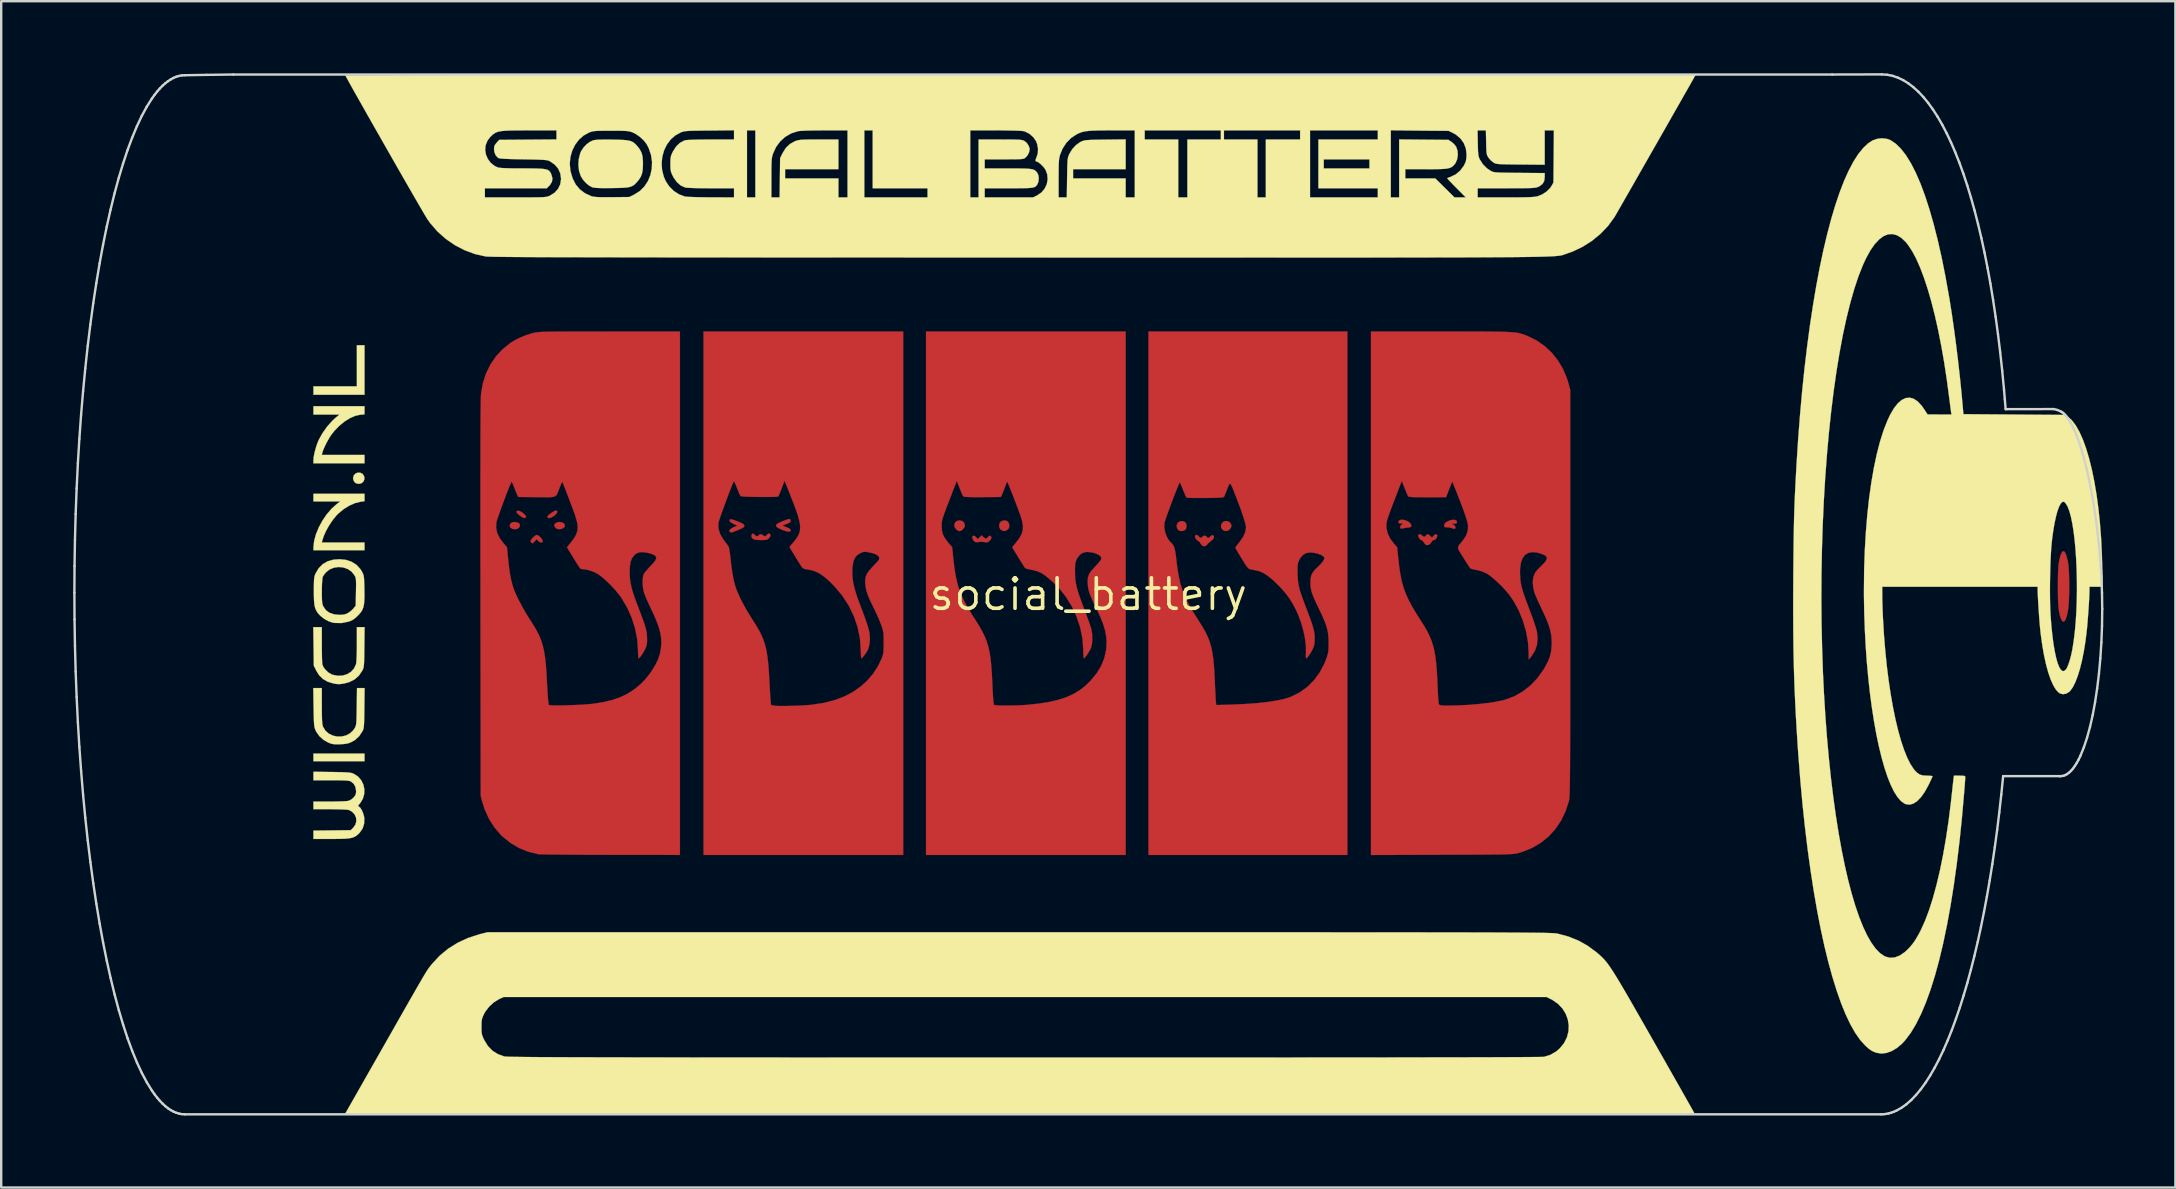
<source format=kicad_pcb>
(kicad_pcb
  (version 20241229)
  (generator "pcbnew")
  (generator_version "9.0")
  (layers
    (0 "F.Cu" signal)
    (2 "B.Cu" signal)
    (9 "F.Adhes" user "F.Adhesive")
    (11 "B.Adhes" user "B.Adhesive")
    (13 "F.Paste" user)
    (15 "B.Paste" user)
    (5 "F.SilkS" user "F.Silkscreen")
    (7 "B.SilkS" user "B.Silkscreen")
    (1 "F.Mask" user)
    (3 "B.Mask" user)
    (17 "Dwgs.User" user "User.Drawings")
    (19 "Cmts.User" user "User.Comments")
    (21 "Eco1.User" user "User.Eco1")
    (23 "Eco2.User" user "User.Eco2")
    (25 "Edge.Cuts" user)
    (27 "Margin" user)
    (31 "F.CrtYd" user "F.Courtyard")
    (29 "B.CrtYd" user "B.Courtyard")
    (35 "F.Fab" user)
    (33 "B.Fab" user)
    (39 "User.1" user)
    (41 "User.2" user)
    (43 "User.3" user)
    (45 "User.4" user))
  (footprint "social_battery"
    (layer "F.Cu")
    (at 42.302 21.718)
    (property "Reference" "social_battery" (at 0 0 0) (layer "F.SilkS") (effects (font (size 1.27 1.27) (thickness 0.15))))
    (attr through_hole)
    (fp_poly (pts (xy -23.791 -2.999) (xy -23.711 -2.951) (xy -23.686 -2.876) (xy -23.713 -2.792) (xy -23.785 -2.735) (xy -23.887 -2.713) (xy -24.002 -2.732) (xy -24.008 -2.734) (xy -24.084 -2.786) (xy -24.111 -2.856) (xy -24.094 -2.928) (xy -24.036 -2.986) (xy -23.943 -3.015) (xy -23.92 -3.016) (xy -23.791 -2.999)) (stroke (width 0.01) (type solid)) (fill yes) (layer "F.Cu"))
    (fp_poly (pts (xy -23.697 -3.472) (xy -23.612 -3.426) (xy -23.527 -3.362) (xy -23.46 -3.295) (xy -23.432 -3.238) (xy -23.431 -3.236) (xy -23.452 -3.185) (xy -23.51 -3.181) (xy -23.603 -3.223) (xy -23.699 -3.289) (xy -23.794 -3.373) (xy -23.831 -3.434) (xy -23.808 -3.472) (xy -23.762 -3.486) (xy -23.697 -3.472)) (stroke (width 0.01) (type solid)) (fill yes) (layer "F.Cu"))
    (fp_poly (pts (xy 5.856 -3.033) (xy 5.91 -2.986) (xy 5.962 -2.894) (xy 5.955 -2.804) (xy 5.903 -2.719) (xy 5.815 -2.651) (xy 5.711 -2.637) (xy 5.612 -2.678) (xy 5.588 -2.699) (xy 5.534 -2.79) (xy 5.532 -2.888) (xy 5.574 -2.976) (xy 5.653 -3.039) (xy 5.747 -3.059) (xy 5.856 -3.033)) (stroke (width 0.01) (type solid)) (fill yes) (layer "F.Cu"))
    (fp_poly (pts (xy -21.92 -2.997) (xy -21.844 -2.948) (xy -21.811 -2.882) (xy -21.823 -2.813) (xy -21.884 -2.755) (xy -21.971 -2.723) (xy -22.059 -2.717) (xy -22.114 -2.722) (xy -22.19 -2.762) (xy -22.244 -2.83) (xy -22.257 -2.877) (xy -22.228 -2.945) (xy -22.152 -2.995) (xy -22.046 -3.016) (xy -22.035 -3.016) (xy -21.92 -2.997)) (stroke (width 0.01) (type solid)) (fill yes) (layer "F.Cu"))
    (fp_poly (pts (xy -22.137 -3.474) (xy -22.132 -3.427) (xy -22.169 -3.361) (xy -22.245 -3.287) (xy -22.263 -3.273) (xy -22.385 -3.198) (xy -22.474 -3.176) (xy -22.521 -3.196) (xy -22.542 -3.24) (xy -22.543 -3.242) (xy -22.518 -3.279) (xy -22.455 -3.334) (xy -22.372 -3.395) (xy -22.287 -3.45) (xy -22.217 -3.485) (xy -22.189 -3.493) (xy -22.137 -3.474)) (stroke (width 0.01) (type solid)) (fill yes) (layer "F.Cu"))
    (fp_poly (pts (xy -5.249 -3.054) (xy -5.173 -2.983) (xy -5.144 -2.872) (xy -5.144 -2.865) (xy -5.169 -2.784) (xy -5.232 -2.705) (xy -5.312 -2.649) (xy -5.366 -2.635) (xy -5.433 -2.657) (xy -5.506 -2.709) (xy -5.51 -2.713) (xy -5.575 -2.813) (xy -5.585 -2.914) (xy -5.547 -3.001) (xy -5.465 -3.061) (xy -5.366 -3.08) (xy -5.249 -3.054)) (stroke (width 0.01) (type solid)) (fill yes) (layer "F.Cu"))
    (fp_poly (pts (xy 4.039 -3.004) (xy 4.046 -2.998) (xy 4.087 -2.919) (xy 4.093 -2.817) (xy 4.065 -2.723) (xy 4.038 -2.688) (xy 3.951 -2.644) (xy 3.847 -2.64) (xy 3.757 -2.674) (xy 3.736 -2.693) (xy 3.693 -2.779) (xy 3.687 -2.88) (xy 3.718 -2.969) (xy 3.739 -2.993) (xy 3.838 -3.047) (xy 3.946 -3.051) (xy 4.039 -3.004)) (stroke (width 0.01) (type solid)) (fill yes) (layer "F.Cu"))
    (fp_poly (pts (xy -3.404 -3.066) (xy -3.341 -3.017) (xy -3.305 -2.944) (xy -3.29 -2.832) (xy -3.327 -2.735) (xy -3.407 -2.669) (xy -3.415 -2.666) (xy -3.49 -2.641) (xy -3.54 -2.642) (xy -3.598 -2.67) (xy -3.604 -2.673) (xy -3.677 -2.729) (xy -3.709 -2.802) (xy -3.714 -2.876) (xy -3.688 -2.984) (xy -3.614 -3.055) (xy -3.506 -3.079) (xy -3.404 -3.066)) (stroke (width 0.01) (type solid)) (fill yes) (layer "F.Cu"))
    (fp_poly (pts (xy -22.919 -2.452) (xy -22.848 -2.392) (xy -22.783 -2.316) (xy -22.741 -2.244) (xy -22.734 -2.215) (xy -22.755 -2.17) (xy -22.809 -2.161) (xy -22.875 -2.187) (xy -22.925 -2.23) (xy -22.984 -2.302) (xy -23.066 -2.215) (xy -23.12 -2.159) (xy -23.152 -2.131) (xy -23.155 -2.13) (xy -23.186 -2.142) (xy -23.201 -2.148) (xy -23.236 -2.19) (xy -23.241 -2.219) (xy -23.217 -2.278) (xy -23.158 -2.351) (xy -23.083 -2.421) (xy -23.011 -2.467) (xy -22.977 -2.477) (xy -22.919 -2.452)) (stroke (width 0.01) (type solid)) (fill yes) (layer "F.Cu"))
    (fp_poly (pts (xy -12.439 -3.137) (xy -12.415 -3.113) (xy -12.399 -3.057) (xy -12.43 -3.007) (xy -12.514 -2.957) (xy -12.583 -2.929) (xy -12.748 -2.866) (xy -12.621 -2.814) (xy -12.503 -2.764) (xy -12.435 -2.726) (xy -12.404 -2.691) (xy -12.398 -2.664) (xy -12.425 -2.623) (xy -12.499 -2.615) (xy -12.616 -2.64) (xy -12.77 -2.695) (xy -12.787 -2.702) (xy -12.914 -2.762) (xy -12.99 -2.816) (xy -13.014 -2.868) (xy -12.984 -2.92) (xy -12.898 -2.977) (xy -12.754 -3.042) (xy -12.563 -3.114) (xy -12.482 -3.139) (xy -12.439 -3.137)) (stroke (width 0.01) (type solid)) (fill yes) (layer "F.Cu"))
    (fp_poly (pts (xy 13.205 -3.088) (xy 13.305 -3.049) (xy 13.39 -2.993) (xy 13.444 -2.925) (xy 13.456 -2.884) (xy 13.457 -2.833) (xy 13.433 -2.806) (xy 13.371 -2.792) (xy 13.313 -2.785) (xy 13.206 -2.771) (xy 13.115 -2.754) (xy 13.089 -2.747) (xy 13.026 -2.742) (xy 12.999 -2.773) (xy 12.999 -2.847) (xy 13.059 -2.906) (xy 13.092 -2.921) (xy 13.127 -2.939) (xy 13.109 -2.948) (xy 13.041 -2.951) (xy 12.961 -2.959) (xy 12.927 -2.985) (xy 12.922 -3.013) (xy 12.947 -3.073) (xy 13.012 -3.104) (xy 13.102 -3.108) (xy 13.205 -3.088)) (stroke (width 0.01) (type solid)) (fill yes) (layer "F.Cu"))
    (fp_poly (pts (xy 15.335 -3.077) (xy 15.362 -3.022) (xy 15.361 -3.006) (xy 15.344 -2.959) (xy 15.297 -2.944) (xy 15.24 -2.945) (xy 15.129 -2.954) (xy 15.216 -2.905) (xy 15.276 -2.853) (xy 15.303 -2.795) (xy 15.292 -2.748) (xy 15.248 -2.731) (xy 15.172 -2.748) (xy 15.145 -2.762) (xy 15.084 -2.782) (xy 14.992 -2.793) (xy 14.962 -2.794) (xy 14.877 -2.798) (xy 14.838 -2.816) (xy 14.827 -2.859) (xy 14.827 -2.874) (xy 14.852 -2.95) (xy 14.93 -3.017) (xy 15.051 -3.074) (xy 15.167 -3.104) (xy 15.265 -3.104) (xy 15.335 -3.077)) (stroke (width 0.01) (type solid)) (fill yes) (layer "F.Cu"))
    (fp_poly (pts (xy -14.868 -3.124) (xy -14.78 -3.1) (xy -14.664 -3.059) (xy -14.605 -3.036) (xy -14.473 -2.98) (xy -14.392 -2.938) (xy -14.349 -2.902) (xy -14.335 -2.865) (xy -14.335 -2.857) (xy -14.345 -2.82) (xy -14.381 -2.784) (xy -14.455 -2.743) (xy -14.576 -2.691) (xy -14.603 -2.68) (xy -14.721 -2.633) (xy -14.813 -2.597) (xy -14.865 -2.577) (xy -14.873 -2.574) (xy -14.899 -2.586) (xy -14.915 -2.593) (xy -14.958 -2.631) (xy -14.947 -2.683) (xy -14.885 -2.741) (xy -14.788 -2.793) (xy -14.621 -2.863) (xy -14.788 -2.938) (xy -14.892 -2.996) (xy -14.948 -3.052) (xy -14.952 -3.1) (xy -14.914 -3.129) (xy -14.868 -3.124)) (stroke (width 0.01) (type solid)) (fill yes) (layer "F.Cu"))
    (fp_poly (pts (xy -4.372 -2.387) (xy -4.297 -2.33) (xy -4.242 -2.327) (xy -4.191 -2.377) (xy -4.185 -2.387) (xy -4.128 -2.437) (xy -4.086 -2.435) (xy -4.038 -2.392) (xy -4.046 -2.325) (xy -4.106 -2.241) (xy -4.114 -2.234) (xy -4.184 -2.178) (xy -4.255 -2.167) (xy -4.296 -2.173) (xy -4.409 -2.191) (xy -4.5 -2.191) (xy -4.572 -2.18) (xy -4.656 -2.174) (xy -4.707 -2.18) (xy -4.763 -2.22) (xy -4.811 -2.292) (xy -4.837 -2.369) (xy -4.835 -2.405) (xy -4.796 -2.442) (xy -4.736 -2.431) (xy -4.67 -2.377) (xy -4.667 -2.373) (xy -4.609 -2.302) (xy -4.527 -2.379) (xy -4.445 -2.456) (xy -4.372 -2.387)) (stroke (width 0.01) (type solid)) (fill yes) (layer "F.Cu"))
    (fp_poly (pts (xy -13.926 -2.507) (xy -13.906 -2.483) (xy -13.838 -2.426) (xy -13.777 -2.418) (xy -13.736 -2.461) (xy -13.693 -2.501) (xy -13.657 -2.508) (xy -13.586 -2.485) (xy -13.557 -2.461) (xy -13.494 -2.417) (xy -13.432 -2.436) (xy -13.392 -2.482) (xy -13.335 -2.532) (xy -13.293 -2.531) (xy -13.246 -2.487) (xy -13.252 -2.42) (xy -13.311 -2.339) (xy -13.314 -2.336) (xy -13.358 -2.299) (xy -13.411 -2.277) (xy -13.489 -2.266) (xy -13.61 -2.263) (xy -13.646 -2.263) (xy -13.806 -2.269) (xy -13.918 -2.286) (xy -13.965 -2.305) (xy -14.026 -2.373) (xy -14.043 -2.449) (xy -14.013 -2.512) (xy -14.011 -2.514) (xy -13.968 -2.534) (xy -13.926 -2.507)) (stroke (width 0.01) (type solid)) (fill yes) (layer "F.Cu"))
    (fp_poly (pts (xy 4.571 -2.451) (xy 4.604 -2.413) (xy 4.654 -2.36) (xy 4.711 -2.355) (xy 4.751 -2.397) (xy 4.794 -2.435) (xy 4.842 -2.445) (xy 4.906 -2.426) (xy 4.933 -2.397) (xy 4.974 -2.354) (xy 5.033 -2.362) (xy 5.092 -2.417) (xy 5.148 -2.465) (xy 5.189 -2.466) (xy 5.233 -2.423) (xy 5.231 -2.357) (xy 5.187 -2.289) (xy 5.156 -2.264) (xy 4.99 -2.121) (xy 4.928 -2.05) (xy 4.857 -2.005) (xy 4.775 -2.016) (xy 4.72 -2.058) (xy 4.679 -2.114) (xy 4.666 -2.146) (xy 4.641 -2.18) (xy 4.58 -2.228) (xy 4.563 -2.239) (xy 4.493 -2.3) (xy 4.453 -2.37) (xy 4.446 -2.432) (xy 4.475 -2.471) (xy 4.505 -2.477) (xy 4.571 -2.451)) (stroke (width 0.01) (type solid)) (fill yes) (layer "F.Cu"))
    (fp_poly (pts (xy 13.886 -2.473) (xy 13.914 -2.445) (xy 13.98 -2.403) (xy 14.043 -2.415) (xy 14.078 -2.463) (xy 14.118 -2.504) (xy 14.182 -2.488) (xy 14.248 -2.437) (xy 14.325 -2.365) (xy 14.383 -2.437) (xy 14.449 -2.495) (xy 14.505 -2.505) (xy 14.538 -2.466) (xy 14.541 -2.434) (xy 14.516 -2.352) (xy 14.456 -2.284) (xy 14.381 -2.254) (xy 14.377 -2.254) (xy 14.33 -2.228) (xy 14.294 -2.177) (xy 14.228 -2.091) (xy 14.14 -2.053) (xy 14.089 -2.056) (xy 14.036 -2.091) (xy 13.986 -2.159) (xy 13.985 -2.161) (xy 13.939 -2.225) (xy 13.894 -2.254) (xy 13.892 -2.254) (xy 13.838 -2.281) (xy 13.785 -2.344) (xy 13.752 -2.42) (xy 13.748 -2.452) (xy 13.769 -2.498) (xy 13.822 -2.505) (xy 13.886 -2.473)) (stroke (width 0.01) (type solid)) (fill yes) (layer "F.Cu"))
    (fp_poly (pts (xy 40.712 -1.732) (xy 40.762 -1.608) (xy 40.809 -1.421) (xy 40.822 -1.355) (xy 40.844 -1.198) (xy 40.86 -0.992) (xy 40.871 -0.751) (xy 40.876 -0.487) (xy 40.876 -0.215) (xy 40.871 0.052) (xy 40.86 0.3) (xy 40.844 0.514) (xy 40.823 0.682) (xy 40.82 0.698) (xy 40.776 0.898) (xy 40.729 1.04) (xy 40.679 1.121) (xy 40.628 1.142) (xy 40.577 1.102) (xy 40.533 1.016) (xy 40.493 0.899) (xy 40.461 0.766) (xy 40.437 0.609) (xy 40.421 0.418) (xy 40.41 0.188) (xy 40.405 -0.092) (xy 40.404 -0.365) (xy 40.406 -0.646) (xy 40.411 -0.872) (xy 40.418 -1.053) (xy 40.428 -1.199) (xy 40.443 -1.318) (xy 40.459 -1.41) (xy 40.507 -1.6) (xy 40.557 -1.728) (xy 40.609 -1.792) (xy 40.661 -1.794) (xy 40.712 -1.732)) (stroke (width 0.01) (type solid)) (fill yes) (layer "F.Cu"))
    (fp_poly (pts (xy 1.556 10.858) (xy -6.763 10.858) (xy -6.763 -2.842) (xy -6.111 -2.842) (xy -6.101 -2.67) (xy -6.069 -2.525) (xy -6.006 -2.387) (xy -5.905 -2.24) (xy -5.818 -2.133) (xy -5.675 -1.964) (xy -5.632 -1.546) (xy -5.589 -1.169) (xy -5.54 -0.84) (xy -5.48 -0.546) (xy -5.404 -0.276) (xy -5.309 -0.016) (xy -5.19 0.245) (xy -5.043 0.52) (xy -4.862 0.821) (xy -4.693 1.087) (xy -4.547 1.319) (xy -4.425 1.534) (xy -4.323 1.739) (xy -4.24 1.945) (xy -4.173 2.16) (xy -4.12 2.392) (xy -4.078 2.652) (xy -4.046 2.947) (xy -4.021 3.286) (xy -4.001 3.678) (xy -3.998 3.747) (xy -3.984 4.043) (xy -3.97 4.278) (xy -3.955 4.451) (xy -3.941 4.562) (xy -3.927 4.61) (xy -3.925 4.611) (xy -3.878 4.621) (xy -3.778 4.628) (xy -3.636 4.633) (xy -3.463 4.634) (xy -3.271 4.633) (xy -3.07 4.629) (xy -2.871 4.623) (xy -2.685 4.614) (xy -2.524 4.602) (xy -2.045 4.551) (xy -1.622 4.483) (xy -1.248 4.395) (xy -0.916 4.286) (xy -0.62 4.152) (xy -0.354 3.991) (xy -0.112 3.801) (xy 0.092 3.602) (xy 0.345 3.295) (xy 0.537 2.98) (xy 0.669 2.652) (xy 0.743 2.306) (xy 0.762 2.002) (xy 0.747 1.763) (xy 0.702 1.514) (xy 0.622 1.246) (xy 0.505 0.949) (xy 0.352 0.62) (xy 0.238 0.385) (xy 0.151 0.196) (xy 0.086 0.043) (xy 0.039 -0.087) (xy 0.008 -0.201) (xy -0.011 -0.312) (xy -0.022 -0.413) (xy -0.028 -0.581) (xy -0.012 -0.719) (xy 0.034 -0.842) (xy 0.116 -0.968) (xy 0.241 -1.11) (xy 0.288 -1.159) (xy 0.399 -1.279) (xy 0.484 -1.382) (xy 0.535 -1.46) (xy 0.547 -1.491) (xy 0.525 -1.569) (xy 0.447 -1.64) (xy 0.318 -1.702) (xy 0.162 -1.746) (xy -0.04 -1.769) (xy -0.205 -1.743) (xy -0.338 -1.666) (xy -0.445 -1.534) (xy -0.481 -1.468) (xy -0.515 -1.393) (xy -0.536 -1.318) (xy -0.549 -1.228) (xy -0.554 -1.104) (xy -0.555 -0.953) (xy -0.552 -0.781) (xy -0.541 -0.622) (xy -0.519 -0.467) (xy -0.485 -0.304) (xy -0.435 -0.124) (xy -0.367 0.084) (xy -0.278 0.33) (xy -0.175 0.603) (xy -0.097 0.81) (xy -0.024 1.008) (xy 0.039 1.185) (xy 0.089 1.331) (xy 0.121 1.433) (xy 0.129 1.46) (xy 0.158 1.64) (xy 0.167 1.836) (xy 0.156 2.026) (xy 0.125 2.186) (xy 0.115 2.218) (xy 0.076 2.302) (xy 0.019 2.402) (xy -0.046 2.504) (xy -0.109 2.592) (xy -0.16 2.651) (xy -0.185 2.667) (xy -0.194 2.637) (xy -0.201 2.557) (xy -0.207 2.438) (xy -0.209 2.31) (xy -0.243 1.845) (xy -0.337 1.382) (xy -0.487 0.93) (xy -0.689 0.497) (xy -0.94 0.092) (xy -1.176 -0.206) (xy -1.326 -0.367) (xy -1.491 -0.526) (xy -1.659 -0.673) (xy -1.816 -0.797) (xy -1.95 -0.886) (xy -1.99 -0.908) (xy -2.112 -0.957) (xy -2.26 -1.002) (xy -2.378 -1.027) (xy -2.493 -1.05) (xy -2.583 -1.074) (xy -2.63 -1.095) (xy -2.631 -1.096) (xy -2.658 -1.133) (xy -2.71 -1.214) (xy -2.783 -1.329) (xy -2.869 -1.467) (xy -2.917 -1.546) (xy -3.173 -1.965) (xy -3.02 -2.149) (xy -2.876 -2.339) (xy -2.78 -2.509) (xy -2.731 -2.676) (xy -2.724 -2.854) (xy -2.759 -3.056) (xy -2.823 -3.27) (xy -2.861 -3.378) (xy -2.912 -3.518) (xy -2.974 -3.683) (xy -3.042 -3.861) (xy -3.112 -4.044) (xy -3.182 -4.222) (xy -3.246 -4.385) (xy -3.302 -4.523) (xy -3.346 -4.627) (xy -3.373 -4.688) (xy -3.38 -4.699) (xy -3.394 -4.671) (xy -3.425 -4.596) (xy -3.469 -4.486) (xy -3.508 -4.381) (xy -3.559 -4.251) (xy -3.603 -4.146) (xy -3.634 -4.079) (xy -3.647 -4.06) (xy -3.683 -4.059) (xy -3.774 -4.057) (xy -3.91 -4.056) (xy -4.082 -4.054) (xy -4.282 -4.053) (xy -4.423 -4.052) (xy -4.68 -4.051) (xy -4.879 -4.053) (xy -5.026 -4.057) (xy -5.127 -4.064) (xy -5.187 -4.074) (xy -5.212 -4.086) (xy -5.237 -4.131) (xy -5.278 -4.221) (xy -5.328 -4.341) (xy -5.363 -4.43) (xy -5.481 -4.734) (xy -5.796 -3.915) (xy -5.89 -3.672) (xy -5.963 -3.479) (xy -6.017 -3.329) (xy -6.057 -3.212) (xy -6.083 -3.119) (xy -6.1 -3.043) (xy -6.108 -2.974) (xy -6.111 -2.904) (xy -6.111 -2.842) (xy -6.763 -2.842) (xy -6.763 -10.954) (xy 1.556 -10.954) (xy 1.556 10.858)) (stroke (width 0.01) (type solid)) (fill yes) (layer "F.Cu"))
    (fp_poly (pts (xy -7.715 10.858) (xy -16.034 10.858) (xy -16.034 -2.964) (xy -15.416 -2.964) (xy -15.413 -2.746) (xy -15.347 -2.524) (xy -15.218 -2.299) (xy -15.185 -2.253) (xy -15.107 -2.151) (xy -15.042 -2.064) (xy -14.999 -2.008) (xy -14.996 -2.003) (xy -14.977 -1.952) (xy -14.957 -1.853) (xy -14.937 -1.721) (xy -14.924 -1.603) (xy -14.88 -1.211) (xy -14.829 -0.864) (xy -14.772 -0.57) (xy -14.71 -0.333) (xy -14.63 -0.118) (xy -14.518 0.133) (xy -14.379 0.408) (xy -14.219 0.693) (xy -14.047 0.976) (xy -13.996 1.053) (xy -13.848 1.286) (xy -13.723 1.499) (xy -13.62 1.702) (xy -13.536 1.903) (xy -13.469 2.111) (xy -13.415 2.336) (xy -13.373 2.587) (xy -13.34 2.873) (xy -13.314 3.202) (xy -13.292 3.585) (xy -13.289 3.648) (xy -13.276 3.886) (xy -13.263 4.103) (xy -13.251 4.291) (xy -13.239 4.442) (xy -13.228 4.549) (xy -13.22 4.602) (xy -13.218 4.607) (xy -13.173 4.624) (xy -13.089 4.64) (xy -13.033 4.646) (xy -12.921 4.651) (xy -12.76 4.653) (xy -12.564 4.651) (xy -12.348 4.646) (xy -12.125 4.639) (xy -11.911 4.629) (xy -11.719 4.618) (xy -11.563 4.605) (xy -11.537 4.602) (xy -11.032 4.525) (xy -10.575 4.409) (xy -10.163 4.254) (xy -9.791 4.057) (xy -9.455 3.816) (xy -9.22 3.601) (xy -8.976 3.317) (xy -8.769 3.003) (xy -8.615 2.682) (xy -8.58 2.587) (xy -8.556 2.504) (xy -8.54 2.415) (xy -8.531 2.307) (xy -8.528 2.162) (xy -8.527 2.016) (xy -8.527 1.835) (xy -8.531 1.699) (xy -8.54 1.593) (xy -8.558 1.499) (xy -8.586 1.4) (xy -8.627 1.28) (xy -8.681 1.14) (xy -8.755 0.964) (xy -8.84 0.775) (xy -8.928 0.592) (xy -8.941 0.566) (xy -9.055 0.333) (xy -9.141 0.143) (xy -9.204 -0.016) (xy -9.247 -0.154) (xy -9.275 -0.285) (xy -9.291 -0.4) (xy -9.299 -0.571) (xy -9.281 -0.715) (xy -9.23 -0.846) (xy -9.139 -0.981) (xy -9.003 -1.134) (xy -8.988 -1.15) (xy -8.888 -1.256) (xy -8.802 -1.349) (xy -8.743 -1.418) (xy -8.722 -1.446) (xy -8.707 -1.526) (xy -8.752 -1.601) (xy -8.852 -1.667) (xy -9.006 -1.722) (xy -9.16 -1.756) (xy -9.274 -1.772) (xy -9.355 -1.772) (xy -9.429 -1.75) (xy -9.512 -1.712) (xy -9.638 -1.629) (xy -9.729 -1.516) (xy -9.79 -1.366) (xy -9.825 -1.169) (xy -9.834 -1.056) (xy -9.834 -0.791) (xy -9.803 -0.518) (xy -9.738 -0.226) (xy -9.637 0.097) (xy -9.569 0.284) (xy -9.453 0.59) (xy -9.358 0.844) (xy -9.283 1.053) (xy -9.224 1.224) (xy -9.18 1.363) (xy -9.149 1.477) (xy -9.127 1.574) (xy -9.113 1.659) (xy -9.113 1.663) (xy -9.102 1.886) (xy -9.125 2.101) (xy -9.177 2.286) (xy -9.199 2.333) (xy -9.246 2.413) (xy -9.308 2.503) (xy -9.372 2.585) (xy -9.426 2.645) (xy -9.457 2.667) (xy -9.466 2.637) (xy -9.473 2.557) (xy -9.479 2.438) (xy -9.482 2.31) (xy -9.517 1.834) (xy -9.614 1.365) (xy -9.769 0.909) (xy -9.98 0.473) (xy -10.245 0.063) (xy -10.56 -0.316) (xy -10.586 -0.343) (xy -10.808 -0.564) (xy -11.006 -0.735) (xy -11.19 -0.863) (xy -11.368 -0.953) (xy -11.548 -1.01) (xy -11.698 -1.036) (xy -11.809 -1.057) (xy -11.891 -1.089) (xy -11.916 -1.108) (xy -11.947 -1.152) (xy -12.004 -1.24) (xy -12.08 -1.36) (xy -12.167 -1.501) (xy -12.205 -1.565) (xy -12.452 -1.97) (xy -12.29 -2.168) (xy -12.191 -2.293) (xy -12.113 -2.41) (xy -12.056 -2.524) (xy -12.02 -2.643) (xy -12.007 -2.772) (xy -12.016 -2.918) (xy -12.048 -3.088) (xy -12.103 -3.288) (xy -12.183 -3.525) (xy -12.288 -3.806) (xy -12.417 -4.135) (xy -12.457 -4.235) (xy -12.658 -4.737) (xy -12.779 -4.415) (xy -12.83 -4.283) (xy -12.876 -4.174) (xy -12.91 -4.101) (xy -12.926 -4.078) (xy -12.97 -4.07) (xy -13.065 -4.064) (xy -13.201 -4.06) (xy -13.368 -4.059) (xy -13.554 -4.058) (xy -13.748 -4.06) (xy -13.94 -4.063) (xy -14.119 -4.067) (xy -14.274 -4.072) (xy -14.394 -4.079) (xy -14.469 -4.087) (xy -14.488 -4.093) (xy -14.513 -4.135) (xy -14.553 -4.224) (xy -14.603 -4.343) (xy -14.638 -4.433) (xy -14.688 -4.556) (xy -14.73 -4.65) (xy -14.761 -4.703) (xy -14.773 -4.71) (xy -14.802 -4.651) (xy -14.847 -4.543) (xy -14.906 -4.396) (xy -14.974 -4.219) (xy -15.048 -4.023) (xy -15.124 -3.818) (xy -15.199 -3.614) (xy -15.268 -3.42) (xy -15.328 -3.248) (xy -15.375 -3.107) (xy -15.406 -3.007) (xy -15.416 -2.964) (xy -16.034 -2.964) (xy -16.034 -10.954) (xy -7.715 -10.954) (xy -7.715 10.858)) (stroke (width 0.01) (type solid)) (fill yes) (layer "F.Cu"))
    (fp_poly (pts (xy 10.795 10.858) (xy 2.508 10.858) (xy 2.508 -2.804) (xy 3.165 -2.804) (xy 3.195 -2.616) (xy 3.257 -2.432) (xy 3.344 -2.272) (xy 3.44 -2.163) (xy 3.504 -2.1) (xy 3.554 -2.022) (xy 3.592 -1.92) (xy 3.623 -1.783) (xy 3.65 -1.6) (xy 3.667 -1.45) (xy 3.713 -1.072) (xy 3.769 -0.738) (xy 3.839 -0.435) (xy 3.928 -0.15) (xy 4.042 0.128) (xy 4.184 0.414) (xy 4.359 0.72) (xy 4.571 1.058) (xy 4.596 1.095) (xy 4.745 1.331) (xy 4.869 1.548) (xy 4.971 1.756) (xy 5.053 1.965) (xy 5.118 2.184) (xy 5.168 2.423) (xy 5.207 2.691) (xy 5.236 2.997) (xy 5.258 3.352) (xy 5.27 3.604) (xy 5.28 3.834) (xy 5.29 4.047) (xy 5.3 4.233) (xy 5.308 4.383) (xy 5.316 4.488) (xy 5.321 4.537) (xy 5.338 4.613) (xy 5.979 4.594) (xy 6.22 4.585) (xy 6.483 4.571) (xy 6.744 4.555) (xy 6.981 4.537) (xy 7.128 4.524) (xy 7.514 4.479) (xy 7.843 4.428) (xy 8.122 4.369) (xy 8.355 4.301) (xy 8.471 4.257) (xy 8.822 4.079) (xy 9.136 3.85) (xy 9.412 3.571) (xy 9.648 3.247) (xy 9.841 2.878) (xy 9.941 2.619) (xy 9.975 2.512) (xy 9.997 2.411) (xy 10.009 2.299) (xy 10.014 2.158) (xy 10.015 2) (xy 10.01 1.812) (xy 9.994 1.643) (xy 9.965 1.48) (xy 9.918 1.313) (xy 9.852 1.128) (xy 9.761 0.916) (xy 9.643 0.664) (xy 9.606 0.587) (xy 9.493 0.353) (xy 9.408 0.163) (xy 9.345 0.008) (xy 9.302 -0.123) (xy 9.275 -0.242) (xy 9.261 -0.358) (xy 9.257 -0.482) (xy 9.257 -0.492) (xy 9.264 -0.659) (xy 9.294 -0.794) (xy 9.355 -0.915) (xy 9.455 -1.038) (xy 9.588 -1.165) (xy 9.682 -1.259) (xy 9.761 -1.352) (xy 9.809 -1.425) (xy 9.811 -1.43) (xy 9.835 -1.503) (xy 9.824 -1.55) (xy 9.792 -1.586) (xy 9.699 -1.645) (xy 9.565 -1.696) (xy 9.411 -1.732) (xy 9.26 -1.746) (xy 9.254 -1.746) (xy 9.084 -1.722) (xy 8.946 -1.646) (xy 8.834 -1.515) (xy 8.795 -1.445) (xy 8.76 -1.368) (xy 8.737 -1.297) (xy 8.724 -1.213) (xy 8.718 -1.1) (xy 8.718 -0.942) (xy 8.718 -0.921) (xy 8.724 -0.716) (xy 8.74 -0.53) (xy 8.771 -0.35) (xy 8.818 -0.161) (xy 8.887 0.053) (xy 8.979 0.306) (xy 9.003 0.369) (xy 9.116 0.665) (xy 9.207 0.909) (xy 9.28 1.11) (xy 9.335 1.274) (xy 9.375 1.409) (xy 9.403 1.523) (xy 9.421 1.623) (xy 9.43 1.716) (xy 9.433 1.81) (xy 9.433 1.823) (xy 9.43 1.977) (xy 9.416 2.091) (xy 9.388 2.191) (xy 9.355 2.269) (xy 9.299 2.378) (xy 9.233 2.486) (xy 9.166 2.58) (xy 9.11 2.645) (xy 9.075 2.667) (xy 9.067 2.638) (xy 9.065 2.561) (xy 9.069 2.453) (xy 9.07 2.437) (xy 9.069 2.162) (xy 9.033 1.851) (xy 8.965 1.519) (xy 8.868 1.18) (xy 8.746 0.85) (xy 8.666 0.671) (xy 8.526 0.4) (xy 8.377 0.16) (xy 8.204 -0.068) (xy 7.993 -0.305) (xy 7.94 -0.361) (xy 7.689 -0.603) (xy 7.461 -0.787) (xy 7.255 -0.913) (xy 7.071 -0.982) (xy 7.054 -0.985) (xy 6.931 -1.01) (xy 6.816 -1.033) (xy 6.764 -1.044) (xy 6.72 -1.056) (xy 6.679 -1.08) (xy 6.635 -1.124) (xy 6.58 -1.196) (xy 6.509 -1.304) (xy 6.414 -1.457) (xy 6.392 -1.493) (xy 6.302 -1.641) (xy 6.225 -1.769) (xy 6.168 -1.869) (xy 6.134 -1.931) (xy 6.128 -1.946) (xy 6.147 -1.98) (xy 6.197 -2.049) (xy 6.27 -2.142) (xy 6.301 -2.18) (xy 6.452 -2.394) (xy 6.542 -2.597) (xy 6.572 -2.784) (xy 6.56 -2.879) (xy 6.523 -3.027) (xy 6.463 -3.223) (xy 6.382 -3.461) (xy 6.282 -3.737) (xy 6.165 -4.046) (xy 6.133 -4.126) (xy 6.054 -4.327) (xy 5.995 -4.472) (xy 5.951 -4.565) (xy 5.916 -4.608) (xy 5.885 -4.604) (xy 5.854 -4.556) (xy 5.817 -4.467) (xy 5.769 -4.34) (xy 5.767 -4.334) (xy 5.722 -4.219) (xy 5.682 -4.125) (xy 5.656 -4.07) (xy 5.654 -4.067) (xy 5.634 -4.052) (xy 5.589 -4.041) (xy 5.513 -4.032) (xy 5.398 -4.026) (xy 5.238 -4.022) (xy 5.026 -4.019) (xy 4.884 -4.018) (xy 4.673 -4.018) (xy 4.481 -4.018) (xy 4.319 -4.019) (xy 4.197 -4.021) (xy 4.123 -4.024) (xy 4.107 -4.026) (xy 4.081 -4.058) (xy 4.04 -4.138) (xy 3.99 -4.251) (xy 3.95 -4.352) (xy 3.9 -4.481) (xy 3.856 -4.584) (xy 3.825 -4.65) (xy 3.813 -4.667) (xy 3.795 -4.639) (xy 3.759 -4.56) (xy 3.709 -4.439) (xy 3.648 -4.286) (xy 3.579 -4.11) (xy 3.506 -3.92) (xy 3.433 -3.724) (xy 3.362 -3.533) (xy 3.298 -3.355) (xy 3.243 -3.2) (xy 3.202 -3.076) (xy 3.177 -2.993) (xy 3.173 -2.975) (xy 3.165 -2.804) (xy 2.508 -2.804) (xy 2.508 -10.954) (xy 10.795 -10.954) (xy 10.795 10.858)) (stroke (width 0.01) (type solid)) (fill yes) (layer "F.Cu"))
    (fp_poly (pts (xy 15.668 -10.954) (xy 16.069 -10.953) (xy 16.418 -10.952) (xy 16.721 -10.95) (xy 16.982 -10.947) (xy 17.204 -10.943) (xy 17.393 -10.937) (xy 17.552 -10.93) (xy 17.686 -10.92) (xy 17.798 -10.909) (xy 17.893 -10.895) (xy 17.976 -10.878) (xy 18.05 -10.859) (xy 18.12 -10.836) (xy 18.189 -10.811) (xy 18.263 -10.782) (xy 18.309 -10.763) (xy 18.677 -10.582) (xy 19.013 -10.349) (xy 19.312 -10.069) (xy 19.57 -9.747) (xy 19.783 -9.387) (xy 19.947 -8.995) (xy 19.998 -8.829) (xy 20.082 -8.525) (xy 20.082 -0.064) (xy 20.082 0.806) (xy 20.082 1.614) (xy 20.082 2.363) (xy 20.081 3.056) (xy 20.081 3.694) (xy 20.081 4.28) (xy 20.08 4.816) (xy 20.08 5.305) (xy 20.079 5.749) (xy 20.078 6.15) (xy 20.077 6.51) (xy 20.076 6.832) (xy 20.074 7.118) (xy 20.072 7.371) (xy 20.07 7.591) (xy 20.068 7.783) (xy 20.066 7.948) (xy 20.063 8.089) (xy 20.06 8.207) (xy 20.056 8.305) (xy 20.053 8.385) (xy 20.049 8.45) (xy 20.044 8.502) (xy 20.04 8.543) (xy 20.035 8.576) (xy 20.029 8.603) (xy 20.027 8.612) (xy 19.886 9.041) (xy 19.697 9.432) (xy 19.462 9.782) (xy 19.181 10.089) (xy 18.859 10.35) (xy 18.496 10.564) (xy 18.094 10.727) (xy 17.955 10.77) (xy 17.911 10.782) (xy 17.869 10.793) (xy 17.823 10.802) (xy 17.771 10.81) (xy 17.708 10.817) (xy 17.629 10.823) (xy 17.531 10.828) (xy 17.41 10.832) (xy 17.261 10.836) (xy 17.08 10.839) (xy 16.863 10.841) (xy 16.606 10.843) (xy 16.305 10.845) (xy 15.956 10.847) (xy 15.555 10.848) (xy 15.097 10.85) (xy 14.74 10.851) (xy 11.779 10.861) (xy 11.779 -2.879) (xy 12.419 -2.879) (xy 12.421 -2.814) (xy 12.424 -2.778) (xy 12.47 -2.549) (xy 12.577 -2.325) (xy 12.734 -2.117) (xy 12.869 -1.963) (xy 12.911 -1.545) (xy 12.953 -1.17) (xy 13.002 -0.843) (xy 13.061 -0.551) (xy 13.136 -0.281) (xy 13.23 -0.023) (xy 13.348 0.237) (xy 13.495 0.512) (xy 13.674 0.812) (xy 13.853 1.093) (xy 13.993 1.315) (xy 14.112 1.52) (xy 14.211 1.717) (xy 14.294 1.913) (xy 14.361 2.116) (xy 14.416 2.334) (xy 14.459 2.576) (xy 14.493 2.849) (xy 14.519 3.161) (xy 14.541 3.52) (xy 14.558 3.935) (xy 14.559 3.953) (xy 14.568 4.14) (xy 14.578 4.308) (xy 14.589 4.445) (xy 14.601 4.54) (xy 14.61 4.58) (xy 14.629 4.603) (xy 14.666 4.619) (xy 14.73 4.629) (xy 14.833 4.634) (xy 14.986 4.635) (xy 15.043 4.635) (xy 15.24 4.633) (xy 15.471 4.625) (xy 15.705 4.614) (xy 15.891 4.603) (xy 16.296 4.568) (xy 16.661 4.526) (xy 16.98 4.477) (xy 17.246 4.423) (xy 17.366 4.392) (xy 17.747 4.249) (xy 18.101 4.051) (xy 18.424 3.798) (xy 18.714 3.493) (xy 18.968 3.138) (xy 19.027 3.04) (xy 19.152 2.804) (xy 19.237 2.59) (xy 19.287 2.378) (xy 19.309 2.147) (xy 19.312 2.048) (xy 19.307 1.859) (xy 19.288 1.681) (xy 19.252 1.502) (xy 19.196 1.311) (xy 19.115 1.099) (xy 19.009 0.852) (xy 18.892 0.603) (xy 18.804 0.417) (xy 18.724 0.242) (xy 18.657 0.09) (xy 18.607 -0.03) (xy 18.58 -0.105) (xy 18.578 -0.111) (xy 18.534 -0.335) (xy 18.522 -0.522) (xy 18.542 -0.69) (xy 18.557 -0.746) (xy 18.588 -0.838) (xy 18.63 -0.917) (xy 18.694 -0.999) (xy 18.791 -1.099) (xy 18.845 -1.15) (xy 18.985 -1.292) (xy 19.073 -1.404) (xy 19.11 -1.493) (xy 19.099 -1.564) (xy 19.038 -1.621) (xy 18.948 -1.666) (xy 18.71 -1.74) (xy 18.505 -1.761) (xy 18.333 -1.727) (xy 18.195 -1.641) (xy 18.092 -1.501) (xy 18.024 -1.309) (xy 17.992 -1.065) (xy 17.989 -0.937) (xy 17.993 -0.779) (xy 18.002 -0.636) (xy 18.018 -0.5) (xy 18.045 -0.36) (xy 18.085 -0.207) (xy 18.139 -0.031) (xy 18.21 0.175) (xy 18.302 0.422) (xy 18.406 0.696) (xy 18.482 0.899) (xy 18.553 1.096) (xy 18.614 1.277) (xy 18.661 1.426) (xy 18.689 1.531) (xy 18.691 1.538) (xy 18.723 1.825) (xy 18.697 2.096) (xy 18.613 2.346) (xy 18.472 2.571) (xy 18.446 2.602) (xy 18.352 2.712) (xy 18.351 2.428) (xy 18.323 1.993) (xy 18.243 1.549) (xy 18.114 1.108) (xy 17.943 0.685) (xy 17.732 0.294) (xy 17.557 0.036) (xy 17.423 -0.129) (xy 17.264 -0.302) (xy 17.093 -0.473) (xy 16.921 -0.63) (xy 16.76 -0.763) (xy 16.621 -0.86) (xy 16.583 -0.882) (xy 16.417 -0.953) (xy 16.232 -1.005) (xy 16.175 -1.016) (xy 16.06 -1.039) (xy 15.967 -1.065) (xy 15.917 -1.089) (xy 15.917 -1.089) (xy 15.888 -1.128) (xy 15.832 -1.211) (xy 15.757 -1.328) (xy 15.669 -1.467) (xy 15.625 -1.538) (xy 15.527 -1.694) (xy 15.459 -1.806) (xy 15.419 -1.888) (xy 15.409 -1.953) (xy 15.426 -2.013) (xy 15.472 -2.082) (xy 15.546 -2.172) (xy 15.613 -2.252) (xy 15.747 -2.456) (xy 15.817 -2.662) (xy 15.825 -2.87) (xy 15.811 -2.95) (xy 15.771 -3.102) (xy 15.705 -3.307) (xy 15.616 -3.56) (xy 15.505 -3.855) (xy 15.374 -4.19) (xy 15.35 -4.251) (xy 15.166 -4.708) (xy 14.907 -4.048) (xy 14.135 -4.046) (xy 13.871 -4.047) (xy 13.666 -4.049) (xy 13.514 -4.054) (xy 13.411 -4.062) (xy 13.351 -4.073) (xy 13.333 -4.083) (xy 13.308 -4.127) (xy 13.268 -4.217) (xy 13.218 -4.336) (xy 13.182 -4.426) (xy 13.063 -4.731) (xy 12.785 -4.005) (xy 12.681 -3.736) (xy 12.599 -3.518) (xy 12.535 -3.344) (xy 12.488 -3.207) (xy 12.455 -3.1) (xy 12.434 -3.014) (xy 12.423 -2.943) (xy 12.419 -2.879) (xy 11.779 -2.879) (xy 11.779 -10.954) (xy 14.698 -10.954) (xy 15.213 -10.954) (xy 15.668 -10.954)) (stroke (width 0.01) (type solid)) (fill yes) (layer "F.Cu"))
    (fp_poly (pts (xy -17.018 10.858) (xy -19.899 10.855) (xy -20.325 10.854) (xy -20.735 10.853) (xy -21.125 10.851) (xy -21.49 10.849) (xy -21.824 10.846) (xy -22.124 10.843) (xy -22.385 10.84) (xy -22.6 10.836) (xy -22.767 10.833) (xy -22.88 10.829) (xy -22.934 10.825) (xy -22.934 10.825) (xy -23.338 10.726) (xy -23.724 10.568) (xy -24.083 10.355) (xy -24.409 10.093) (xy -24.475 10.029) (xy -24.744 9.716) (xy -24.971 9.36) (xy -25.149 8.971) (xy -25.248 8.664) (xy -25.319 8.398) (xy -25.33 0.191) (xy -25.331 -0.766) (xy -25.332 -1.659) (xy -25.332 -2.491) (xy -25.332 -2.772) (xy -24.679 -2.772) (xy -24.63 -2.546) (xy -24.517 -2.322) (xy -24.368 -2.127) (xy -24.296 -2.045) (xy -24.245 -1.984) (xy -24.225 -1.956) (xy -24.225 -1.956) (xy -24.222 -1.923) (xy -24.214 -1.837) (xy -24.201 -1.71) (xy -24.186 -1.554) (xy -24.176 -1.457) (xy -24.14 -1.132) (xy -24.1 -0.857) (xy -24.055 -0.62) (xy -24.002 -0.407) (xy -23.966 -0.286) (xy -23.903 -0.119) (xy -23.811 0.087) (xy -23.696 0.317) (xy -23.567 0.559) (xy -23.43 0.797) (xy -23.293 1.019) (xy -23.253 1.079) (xy -23.108 1.306) (xy -22.986 1.515) (xy -22.884 1.716) (xy -22.802 1.918) (xy -22.735 2.131) (xy -22.682 2.362) (xy -22.64 2.621) (xy -22.608 2.917) (xy -22.582 3.259) (xy -22.56 3.648) (xy -22.545 3.94) (xy -22.531 4.172) (xy -22.517 4.351) (xy -22.504 4.479) (xy -22.491 4.562) (xy -22.478 4.604) (xy -22.473 4.611) (xy -22.425 4.621) (xy -22.324 4.627) (xy -22.179 4.63) (xy -22 4.629) (xy -21.797 4.625) (xy -21.579 4.619) (xy -21.357 4.61) (xy -21.139 4.599) (xy -20.936 4.587) (xy -20.758 4.572) (xy -20.614 4.557) (xy -20.606 4.556) (xy -20.206 4.491) (xy -19.858 4.409) (xy -19.55 4.305) (xy -19.271 4.177) (xy -19.01 4.019) (xy -18.867 3.916) (xy -18.645 3.73) (xy -18.452 3.53) (xy -18.27 3.299) (xy -18.169 3.15) (xy -18.026 2.914) (xy -17.924 2.699) (xy -17.854 2.486) (xy -17.812 2.269) (xy -17.792 2.059) (xy -17.797 1.85) (xy -17.829 1.633) (xy -17.889 1.4) (xy -17.981 1.14) (xy -18.106 0.846) (xy -18.238 0.566) (xy -18.322 0.389) (xy -18.399 0.216) (xy -18.463 0.062) (xy -18.509 -0.059) (xy -18.525 -0.11) (xy -18.556 -0.275) (xy -18.571 -0.453) (xy -18.569 -0.625) (xy -18.551 -0.768) (xy -18.531 -0.834) (xy -18.49 -0.899) (xy -18.415 -0.993) (xy -18.318 -1.102) (xy -18.245 -1.177) (xy -18.109 -1.322) (xy -18.027 -1.437) (xy -18.001 -1.527) (xy -18.031 -1.599) (xy -18.119 -1.657) (xy -18.265 -1.707) (xy -18.369 -1.732) (xy -18.563 -1.761) (xy -18.717 -1.752) (xy -18.841 -1.7) (xy -18.946 -1.603) (xy -18.95 -1.599) (xy -19.024 -1.488) (xy -19.073 -1.355) (xy -19.102 -1.189) (xy -19.113 -0.977) (xy -19.113 -0.921) (xy -19.105 -0.702) (xy -19.079 -0.489) (xy -19.031 -0.266) (xy -18.959 -0.02) (xy -18.858 0.264) (xy -18.838 0.318) (xy -18.727 0.609) (xy -18.637 0.848) (xy -18.566 1.043) (xy -18.51 1.2) (xy -18.469 1.327) (xy -18.439 1.432) (xy -18.419 1.521) (xy -18.405 1.603) (xy -18.397 1.683) (xy -18.392 1.762) (xy -18.387 1.917) (xy -18.392 2.031) (xy -18.411 2.127) (xy -18.441 2.216) (xy -18.487 2.316) (xy -18.548 2.425) (xy -18.614 2.529) (xy -18.677 2.612) (xy -18.726 2.66) (xy -18.74 2.666) (xy -18.751 2.637) (xy -18.758 2.558) (xy -18.763 2.442) (xy -18.764 2.355) (xy -18.794 1.897) (xy -18.882 1.436) (xy -19.024 0.983) (xy -19.215 0.552) (xy -19.452 0.153) (xy -19.541 0.029) (xy -19.691 -0.157) (xy -19.867 -0.349) (xy -20.053 -0.534) (xy -20.234 -0.696) (xy -20.397 -0.822) (xy -20.421 -0.838) (xy -20.565 -0.917) (xy -20.735 -0.984) (xy -20.905 -1.03) (xy -21.049 -1.048) (xy -21.124 -1.057) (xy -21.164 -1.072) (xy -21.191 -1.106) (xy -21.245 -1.185) (xy -21.318 -1.298) (xy -21.405 -1.437) (xy -21.461 -1.529) (xy -21.724 -1.963) (xy -21.562 -2.164) (xy -21.425 -2.348) (xy -21.333 -2.513) (xy -21.285 -2.673) (xy -21.278 -2.842) (xy -21.31 -3.036) (xy -21.378 -3.268) (xy -21.381 -3.277) (xy -21.42 -3.391) (xy -21.473 -3.537) (xy -21.535 -3.706) (xy -21.604 -3.887) (xy -21.674 -4.072) (xy -21.742 -4.249) (xy -21.804 -4.41) (xy -21.857 -4.543) (xy -21.897 -4.639) (xy -21.919 -4.688) (xy -21.922 -4.692) (xy -21.937 -4.67) (xy -21.969 -4.6) (xy -22.012 -4.497) (xy -22.034 -4.439) (xy -22.079 -4.318) (xy -22.114 -4.225) (xy -22.149 -4.156) (xy -22.192 -4.107) (xy -22.252 -4.075) (xy -22.335 -4.057) (xy -22.452 -4.049) (xy -22.611 -4.048) (xy -22.819 -4.05) (xy -22.975 -4.052) (xy -23.188 -4.053) (xy -23.38 -4.055) (xy -23.541 -4.056) (xy -23.663 -4.058) (xy -23.736 -4.059) (xy -23.753 -4.06) (xy -23.772 -4.09) (xy -23.807 -4.166) (xy -23.853 -4.278) (xy -23.893 -4.381) (xy -23.944 -4.511) (xy -23.988 -4.615) (xy -24.019 -4.681) (xy -24.032 -4.698) (xy -24.05 -4.669) (xy -24.085 -4.59) (xy -24.135 -4.469) (xy -24.196 -4.315) (xy -24.264 -4.139) (xy -24.336 -3.948) (xy -24.409 -3.752) (xy -24.479 -3.56) (xy -24.543 -3.382) (xy -24.597 -3.226) (xy -24.638 -3.102) (xy -24.663 -3.019) (xy -24.667 -3) (xy -24.679 -2.772) (xy -25.332 -2.772) (xy -25.332 -3.264) (xy -25.332 -3.977) (xy -25.332 -4.632) (xy -25.331 -5.23) (xy -25.33 -5.772) (xy -25.329 -6.26) (xy -25.328 -6.694) (xy -25.326 -7.076) (xy -25.324 -7.407) (xy -25.321 -7.687) (xy -25.318 -7.918) (xy -25.315 -8.101) (xy -25.312 -8.238) (xy -25.308 -8.328) (xy -25.305 -8.361) (xy -25.232 -8.79) (xy -25.102 -9.195) (xy -24.919 -9.571) (xy -24.686 -9.914) (xy -24.403 -10.219) (xy -24.076 -10.482) (xy -23.891 -10.593) (xy -23.667 -10.703) (xy -23.43 -10.8) (xy -23.203 -10.874) (xy -23.142 -10.889) (xy -23.095 -10.9) (xy -23.047 -10.91) (xy -22.994 -10.918) (xy -22.932 -10.925) (xy -22.857 -10.932) (xy -22.763 -10.937) (xy -22.649 -10.941) (xy -22.508 -10.944) (xy -22.337 -10.947) (xy -22.133 -10.949) (xy -21.889 -10.951) (xy -21.603 -10.952) (xy -21.271 -10.953) (xy -20.887 -10.953) (xy -20.448 -10.953) (xy -19.95 -10.954) (xy -19.947 -10.954) (xy -17.018 -10.954) (xy -17.018 10.858)) (stroke (width 0.01) (type solid)) (fill yes) (layer "F.Cu"))
    (fp_poly (pts (xy -7.723 -0.056) (xy -7.715 10.858) (xy -16.034 10.858) (xy -16.026 -0.056) (xy -16.018 -10.97) (xy -7.731 -10.97) (xy -7.723 -0.056)) (stroke (width 0.01) (type solid)) (fill yes) (layer "F.Mask"))
    (fp_poly (pts (xy 1.548 -0.056) (xy 1.556 10.858) (xy -6.763 10.858) (xy -6.755 -0.056) (xy -6.747 -10.97) (xy 1.54 -10.97) (xy 1.548 -0.056)) (stroke (width 0.01) (type solid)) (fill yes) (layer "F.Mask"))
    (fp_poly (pts (xy 10.795 10.858) (xy 2.508 10.858) (xy 2.516 -0.056) (xy 2.524 -10.97) (xy 6.66 -10.978) (xy 10.795 -10.986) (xy 10.795 10.858)) (stroke (width 0.01) (type solid)) (fill yes) (layer "F.Mask"))
    (fp_poly (pts (xy 40.712 -1.732) (xy 40.762 -1.608) (xy 40.809 -1.421) (xy 40.822 -1.355) (xy 40.844 -1.198) (xy 40.86 -0.992) (xy 40.871 -0.751) (xy 40.876 -0.487) (xy 40.876 -0.215) (xy 40.871 0.052) (xy 40.86 0.3) (xy 40.844 0.514) (xy 40.823 0.682) (xy 40.82 0.698) (xy 40.776 0.898) (xy 40.729 1.04) (xy 40.679 1.121) (xy 40.628 1.142) (xy 40.577 1.102) (xy 40.533 1.016) (xy 40.493 0.899) (xy 40.461 0.766) (xy 40.437 0.609) (xy 40.421 0.418) (xy 40.41 0.188) (xy 40.405 -0.092) (xy 40.404 -0.365) (xy 40.406 -0.646) (xy 40.411 -0.872) (xy 40.418 -1.053) (xy 40.428 -1.199) (xy 40.443 -1.318) (xy 40.459 -1.41) (xy 40.507 -1.6) (xy 40.557 -1.728) (xy 40.609 -1.792) (xy 40.661 -1.794) (xy 40.712 -1.732)) (stroke (width 0.01) (type solid)) (fill yes) (layer "F.Mask"))
    (fp_poly (pts (xy -17.018 10.858) (xy -19.899 10.855) (xy -20.325 10.854) (xy -20.735 10.853) (xy -21.125 10.851) (xy -21.49 10.849) (xy -21.824 10.846) (xy -22.124 10.843) (xy -22.385 10.84) (xy -22.6 10.836) (xy -22.767 10.833) (xy -22.88 10.829) (xy -22.934 10.825) (xy -22.934 10.825) (xy -23.338 10.726) (xy -23.724 10.568) (xy -24.083 10.355) (xy -24.409 10.093) (xy -24.475 10.029) (xy -24.744 9.716) (xy -24.971 9.36) (xy -25.149 8.971) (xy -25.248 8.664) (xy -25.319 8.398) (xy -25.33 0.191) (xy -25.331 -0.766) (xy -25.332 -1.659) (xy -25.332 -2.491) (xy -25.332 -3.264) (xy -25.332 -3.977) (xy -25.332 -4.632) (xy -25.331 -5.23) (xy -25.33 -5.772) (xy -25.329 -6.26) (xy -25.328 -6.694) (xy -25.326 -7.076) (xy -25.324 -7.407) (xy -25.321 -7.687) (xy -25.318 -7.918) (xy -25.315 -8.101) (xy -25.312 -8.238) (xy -25.308 -8.328) (xy -25.305 -8.361) (xy -25.232 -8.79) (xy -25.102 -9.195) (xy -24.919 -9.571) (xy -24.686 -9.914) (xy -24.403 -10.219) (xy -24.076 -10.482) (xy -23.891 -10.593) (xy -23.667 -10.703) (xy -23.43 -10.8) (xy -23.203 -10.874) (xy -23.142 -10.889) (xy -23.095 -10.9) (xy -23.047 -10.91) (xy -22.994 -10.918) (xy -22.932 -10.925) (xy -22.857 -10.932) (xy -22.763 -10.937) (xy -22.649 -10.941) (xy -22.508 -10.944) (xy -22.337 -10.947) (xy -22.133 -10.949) (xy -21.889 -10.951) (xy -21.603 -10.952) (xy -21.271 -10.953) (xy -20.887 -10.953) (xy -20.448 -10.953) (xy -19.95 -10.954) (xy -19.947 -10.954) (xy -17.018 -10.954) (xy -17.018 10.858)) (stroke (width 0.01) (type solid)) (fill yes) (layer "F.Mask"))
    (fp_poly (pts (xy 15.668 -10.954) (xy 16.069 -10.953) (xy 16.418 -10.952) (xy 16.721 -10.95) (xy 16.982 -10.947) (xy 17.204 -10.943) (xy 17.393 -10.937) (xy 17.552 -10.93) (xy 17.686 -10.92) (xy 17.798 -10.909) (xy 17.893 -10.895) (xy 17.976 -10.878) (xy 18.05 -10.859) (xy 18.12 -10.836) (xy 18.189 -10.811) (xy 18.263 -10.782) (xy 18.309 -10.763) (xy 18.677 -10.582) (xy 19.013 -10.349) (xy 19.312 -10.069) (xy 19.57 -9.747) (xy 19.783 -9.387) (xy 19.947 -8.995) (xy 19.998 -8.829) (xy 20.082 -8.525) (xy 20.082 -0.064) (xy 20.082 0.806) (xy 20.082 1.614) (xy 20.082 2.363) (xy 20.081 3.056) (xy 20.081 3.694) (xy 20.081 4.28) (xy 20.08 4.816) (xy 20.08 5.305) (xy 20.079 5.749) (xy 20.078 6.15) (xy 20.077 6.51) (xy 20.076 6.832) (xy 20.074 7.118) (xy 20.072 7.371) (xy 20.07 7.591) (xy 20.068 7.783) (xy 20.066 7.948) (xy 20.063 8.089) (xy 20.06 8.207) (xy 20.056 8.305) (xy 20.053 8.385) (xy 20.049 8.45) (xy 20.044 8.502) (xy 20.04 8.543) (xy 20.035 8.576) (xy 20.029 8.603) (xy 20.027 8.612) (xy 19.886 9.041) (xy 19.697 9.432) (xy 19.462 9.782) (xy 19.181 10.089) (xy 18.859 10.35) (xy 18.496 10.564) (xy 18.094 10.727) (xy 17.955 10.77) (xy 17.911 10.782) (xy 17.869 10.793) (xy 17.823 10.802) (xy 17.771 10.81) (xy 17.708 10.817) (xy 17.629 10.823) (xy 17.531 10.828) (xy 17.41 10.832) (xy 17.261 10.836) (xy 17.08 10.839) (xy 16.863 10.841) (xy 16.606 10.843) (xy 16.305 10.845) (xy 15.956 10.847) (xy 15.555 10.848) (xy 15.097 10.85) (xy 14.74 10.851) (xy 11.779 10.861) (xy 11.779 -10.954) (xy 14.698 -10.954) (xy 15.213 -10.954) (xy 15.668 -10.954)) (stroke (width 0.01) (type solid)) (fill yes) (layer "F.Mask"))
    (fp_poly (pts (xy -3.365 -4.772) (xy -3.346 -4.735) (xy -3.309 -4.648) (xy -3.257 -4.52) (xy -3.194 -4.363) (xy -3.124 -4.184) (xy -3.051 -3.995) (xy -2.978 -3.804) (xy -2.909 -3.621) (xy -2.848 -3.457) (xy -2.799 -3.32) (xy -2.776 -3.254) (xy -2.708 -3.01) (xy -2.684 -2.799) (xy -2.707 -2.608) (xy -2.779 -2.422) (xy -2.904 -2.228) (xy -2.971 -2.142) (xy -3.117 -1.963) (xy -2.894 -1.593) (xy -2.79 -1.419) (xy -2.711 -1.292) (xy -2.65 -1.203) (xy -2.599 -1.144) (xy -2.549 -1.108) (xy -2.493 -1.086) (xy -2.423 -1.072) (xy -2.351 -1.06) (xy -2.205 -1.027) (xy -2.055 -0.98) (xy -1.952 -0.938) (xy -1.842 -0.87) (xy -1.702 -0.762) (xy -1.545 -0.626) (xy -1.381 -0.472) (xy -1.22 -0.309) (xy -1.074 -0.148) (xy -0.954 0.001) (xy -0.953 0.003) (xy -0.699 0.394) (xy -0.491 0.819) (xy -0.333 1.266) (xy -0.228 1.725) (xy -0.181 2.183) (xy -0.179 2.264) (xy -0.175 2.607) (xy -0.101 2.518) (xy 0.035 2.303) (xy 0.12 2.051) (xy 0.123 2.039) (xy 0.142 1.885) (xy 0.134 1.713) (xy 0.098 1.514) (xy 0.032 1.28) (xy -0.066 1.002) (xy -0.083 0.956) (xy -0.214 0.61) (xy -0.323 0.314) (xy -0.41 0.062) (xy -0.478 -0.153) (xy -0.529 -0.341) (xy -0.565 -0.507) (xy -0.587 -0.66) (xy -0.598 -0.807) (xy -0.6 -0.955) (xy -0.595 -1.071) (xy -0.572 -1.299) (xy -0.525 -1.475) (xy -0.45 -1.608) (xy -0.344 -1.706) (xy -0.285 -1.741) (xy -0.179 -1.786) (xy -0.08 -1.802) (xy 0.032 -1.797) (xy 0.235 -1.764) (xy 0.398 -1.712) (xy 0.515 -1.642) (xy 0.581 -1.56) (xy 0.589 -1.467) (xy 0.586 -1.454) (xy 0.554 -1.401) (xy 0.489 -1.317) (xy 0.399 -1.215) (xy 0.33 -1.142) (xy 0.227 -1.029) (xy 0.136 -0.918) (xy 0.071 -0.826) (xy 0.049 -0.786) (xy 0.005 -0.6) (xy 0.011 -0.378) (xy 0.069 -0.122) (xy 0.177 0.168) (xy 0.277 0.379) (xy 0.359 0.544) (xy 0.444 0.719) (xy 0.52 0.88) (xy 0.559 0.966) (xy 0.698 1.353) (xy 0.775 1.737) (xy 0.79 2.115) (xy 0.743 2.484) (xy 0.635 2.84) (xy 0.468 3.179) (xy 0.242 3.499) (xy -0.034 3.788) (xy -0.283 3.989) (xy -0.557 4.16) (xy -0.863 4.303) (xy -1.206 4.42) (xy -1.592 4.512) (xy -2.028 4.583) (xy -2.518 4.633) (xy -2.538 4.635) (xy -2.701 4.645) (xy -2.89 4.653) (xy -3.093 4.659) (xy -3.298 4.662) (xy -3.494 4.663) (xy -3.67 4.662) (xy -3.812 4.658) (xy -3.91 4.651) (xy -3.941 4.646) (xy -3.961 4.633) (xy -3.976 4.599) (xy -3.988 4.536) (xy -3.998 4.435) (xy -4.006 4.287) (xy -4.015 4.102) (xy -4.03 3.75) (xy -4.044 3.453) (xy -4.058 3.204) (xy -4.074 2.995) (xy -4.09 2.819) (xy -4.109 2.667) (xy -4.131 2.533) (xy -4.156 2.407) (xy -4.185 2.286) (xy -4.246 2.065) (xy -4.311 1.871) (xy -4.388 1.69) (xy -4.485 1.504) (xy -4.608 1.297) (xy -4.727 1.111) (xy -4.873 0.88) (xy -5.016 0.635) (xy -5.151 0.388) (xy -5.27 0.152) (xy -5.368 -0.061) (xy -5.438 -0.239) (xy -5.454 -0.286) (xy -5.514 -0.52) (xy -5.57 -0.809) (xy -5.621 -1.144) (xy -5.663 -1.515) (xy -5.705 -1.934) (xy -5.856 -2.118) (xy -5.975 -2.268) (xy -6.056 -2.391) (xy -6.106 -2.504) (xy -6.132 -2.626) (xy -6.141 -2.774) (xy -6.142 -2.857) (xy -6.14 -3.159) (xy -5.824 -3.964) (xy -5.74 -4.175) (xy -5.662 -4.366) (xy -5.594 -4.527) (xy -5.538 -4.653) (xy -5.498 -4.735) (xy -5.477 -4.765) (xy -5.477 -4.765) (xy -5.454 -4.736) (xy -5.415 -4.659) (xy -5.366 -4.547) (xy -5.323 -4.437) (xy -5.272 -4.304) (xy -5.226 -4.194) (xy -5.191 -4.12) (xy -5.176 -4.096) (xy -5.138 -4.091) (xy -5.046 -4.087) (xy -4.908 -4.084) (xy -4.735 -4.082) (xy -4.535 -4.08) (xy -4.409 -4.08) (xy -3.669 -4.08) (xy -3.529 -4.439) (xy -3.473 -4.574) (xy -3.424 -4.682) (xy -3.387 -4.752) (xy -3.366 -4.773) (xy -3.365 -4.772)) (stroke (width 0.01) (type solid)) (fill yes) (layer "B.Mask"))
    (fp_poly (pts (xy 13.089 -4.735) (xy 13.128 -4.659) (xy 13.176 -4.546) (xy 13.225 -4.421) (xy 13.352 -4.08) (xy 14.875 -4.08) (xy 15.006 -4.412) (xy 15.061 -4.546) (xy 15.11 -4.655) (xy 15.147 -4.729) (xy 15.165 -4.753) (xy 15.188 -4.729) (xy 15.227 -4.653) (xy 15.28 -4.534) (xy 15.344 -4.381) (xy 15.415 -4.201) (xy 15.49 -4.005) (xy 15.566 -3.8) (xy 15.639 -3.594) (xy 15.707 -3.397) (xy 15.767 -3.218) (xy 15.814 -3.064) (xy 15.847 -2.945) (xy 15.859 -2.884) (xy 15.858 -2.691) (xy 15.802 -2.489) (xy 15.696 -2.295) (xy 15.654 -2.238) (xy 15.563 -2.126) (xy 15.501 -2.045) (xy 15.468 -1.98) (xy 15.464 -1.918) (xy 15.489 -1.846) (xy 15.544 -1.748) (xy 15.627 -1.612) (xy 15.655 -1.567) (xy 15.743 -1.424) (xy 15.823 -1.298) (xy 15.889 -1.199) (xy 15.931 -1.14) (xy 15.937 -1.133) (xy 16.006 -1.093) (xy 16.121 -1.06) (xy 16.193 -1.048) (xy 16.371 -1.011) (xy 16.537 -0.949) (xy 16.702 -0.857) (xy 16.876 -0.727) (xy 17.071 -0.553) (xy 17.162 -0.464) (xy 17.422 -0.189) (xy 17.636 0.077) (xy 17.817 0.353) (xy 17.977 0.655) (xy 17.989 0.68) (xy 18.134 1.034) (xy 18.25 1.416) (xy 18.333 1.805) (xy 18.377 2.18) (xy 18.383 2.364) (xy 18.383 2.616) (xy 18.466 2.506) (xy 18.6 2.283) (xy 18.674 2.045) (xy 18.689 1.787) (xy 18.659 1.57) (xy 18.633 1.473) (xy 18.588 1.33) (xy 18.529 1.152) (xy 18.458 0.953) (xy 18.381 0.744) (xy 18.354 0.673) (xy 18.241 0.372) (xy 18.151 0.119) (xy 18.082 -0.097) (xy 18.03 -0.285) (xy 17.995 -0.455) (xy 17.973 -0.619) (xy 17.961 -0.785) (xy 17.958 -0.921) (xy 17.964 -1.159) (xy 17.988 -1.346) (xy 18.033 -1.49) (xy 18.101 -1.602) (xy 18.165 -1.665) (xy 18.292 -1.747) (xy 18.433 -1.787) (xy 18.603 -1.785) (xy 18.739 -1.763) (xy 18.915 -1.717) (xy 19.036 -1.661) (xy 19.108 -1.592) (xy 19.139 -1.503) (xy 19.139 -1.496) (xy 19.139 -1.445) (xy 19.122 -1.395) (xy 19.08 -1.336) (xy 19.006 -1.254) (xy 18.911 -1.16) (xy 18.772 -1.018) (xy 18.675 -0.902) (xy 18.612 -0.8) (xy 18.578 -0.697) (xy 18.565 -0.582) (xy 18.563 -0.508) (xy 18.571 -0.361) (xy 18.596 -0.214) (xy 18.642 -0.056) (xy 18.712 0.125) (xy 18.809 0.341) (xy 18.895 0.516) (xy 19.081 0.915) (xy 19.219 1.28) (xy 19.309 1.615) (xy 19.352 1.928) (xy 19.347 2.225) (xy 19.294 2.513) (xy 19.194 2.796) (xy 19.047 3.083) (xy 18.943 3.25) (xy 18.676 3.598) (xy 18.375 3.893) (xy 18.041 4.135) (xy 17.676 4.323) (xy 17.281 4.454) (xy 17.113 4.491) (xy 16.763 4.548) (xy 16.357 4.594) (xy 15.906 4.63) (xy 15.416 4.653) (xy 15.297 4.657) (xy 14.608 4.677) (xy 14.577 4.601) (xy 14.567 4.549) (xy 14.556 4.444) (xy 14.544 4.293) (xy 14.532 4.107) (xy 14.521 3.893) (xy 14.511 3.672) (xy 14.495 3.344) (xy 14.479 3.07) (xy 14.459 2.838) (xy 14.434 2.638) (xy 14.404 2.46) (xy 14.367 2.293) (xy 14.321 2.126) (xy 14.297 2.05) (xy 14.249 1.906) (xy 14.2 1.778) (xy 14.142 1.654) (xy 14.07 1.52) (xy 13.976 1.365) (xy 13.855 1.174) (xy 13.811 1.107) (xy 13.676 0.893) (xy 13.54 0.661) (xy 13.41 0.426) (xy 13.293 0.2) (xy 13.196 -0.003) (xy 13.126 -0.171) (xy 13.113 -0.207) (xy 13.059 -0.387) (xy 13.01 -0.603) (xy 12.965 -0.862) (xy 12.921 -1.173) (xy 12.894 -1.4) (xy 12.835 -1.927) (xy 12.688 -2.108) (xy 12.568 -2.263) (xy 12.486 -2.391) (xy 12.435 -2.509) (xy 12.409 -2.636) (xy 12.4 -2.789) (xy 12.399 -2.842) (xy 12.4 -2.927) (xy 12.403 -3) (xy 12.411 -3.071) (xy 12.427 -3.147) (xy 12.453 -3.238) (xy 12.491 -3.352) (xy 12.545 -3.497) (xy 12.616 -3.684) (xy 12.707 -3.921) (xy 12.716 -3.945) (xy 12.8 -4.158) (xy 12.878 -4.351) (xy 12.947 -4.515) (xy 13.003 -4.644) (xy 13.043 -4.728) (xy 13.065 -4.762) (xy 13.066 -4.763) (xy 13.089 -4.735)) (stroke (width 0.01) (type solid)) (fill yes) (layer "B.Mask"))
    (fp_poly (pts (xy -21.923 -4.751) (xy -21.887 -4.68) (xy -21.836 -4.567) (xy -21.775 -4.421) (xy -21.705 -4.25) (xy -21.631 -4.063) (xy -21.557 -3.87) (xy -21.485 -3.679) (xy -21.42 -3.498) (xy -21.364 -3.337) (xy -21.339 -3.262) (xy -21.272 -3.012) (xy -21.247 -2.799) (xy -21.264 -2.61) (xy -21.327 -2.432) (xy -21.437 -2.252) (xy -21.522 -2.144) (xy -21.59 -2.058) (xy -21.637 -1.99) (xy -21.654 -1.956) (xy -21.638 -1.919) (xy -21.595 -1.839) (xy -21.532 -1.73) (xy -21.456 -1.603) (xy -21.375 -1.47) (xy -21.295 -1.341) (xy -21.224 -1.231) (xy -21.169 -1.149) (xy -21.138 -1.108) (xy -21.136 -1.106) (xy -21.088 -1.091) (xy -21 -1.075) (xy -20.926 -1.064) (xy -20.676 -1.003) (xy -20.422 -0.88) (xy -20.21 -0.731) (xy -19.857 -0.411) (xy -19.546 -0.046) (xy -19.28 0.355) (xy -19.063 0.787) (xy -18.899 1.241) (xy -18.79 1.711) (xy -18.741 2.173) (xy -18.723 2.584) (xy -18.632 2.476) (xy -18.527 2.309) (xy -18.452 2.108) (xy -18.417 1.899) (xy -18.415 1.846) (xy -18.42 1.741) (xy -18.435 1.626) (xy -18.464 1.495) (xy -18.508 1.34) (xy -18.569 1.152) (xy -18.651 0.924) (xy -18.754 0.647) (xy -18.789 0.556) (xy -18.901 0.255) (xy -18.989 0.001) (xy -19.054 -0.219) (xy -19.099 -0.415) (xy -19.127 -0.599) (xy -19.141 -0.783) (xy -19.142 -0.977) (xy -19.14 -1.031) (xy -19.125 -1.253) (xy -19.093 -1.423) (xy -19.04 -1.551) (xy -18.961 -1.648) (xy -18.851 -1.725) (xy -18.818 -1.743) (xy -18.733 -1.782) (xy -18.664 -1.801) (xy -18.587 -1.802) (xy -18.478 -1.787) (xy -18.443 -1.782) (xy -18.31 -1.755) (xy -18.185 -1.72) (xy -18.104 -1.69) (xy -18.025 -1.645) (xy -17.989 -1.59) (xy -17.976 -1.511) (xy -17.974 -1.454) (xy -17.985 -1.405) (xy -18.017 -1.352) (xy -18.076 -1.285) (xy -18.172 -1.189) (xy -18.208 -1.154) (xy -18.347 -1.013) (xy -18.442 -0.894) (xy -18.501 -0.781) (xy -18.532 -0.661) (xy -18.542 -0.517) (xy -18.542 -0.491) (xy -18.531 -0.337) (xy -18.498 -0.17) (xy -18.438 0.019) (xy -18.349 0.239) (xy -18.229 0.499) (xy -18.177 0.603) (xy -18.016 0.946) (xy -17.896 1.253) (xy -17.815 1.533) (xy -17.771 1.797) (xy -17.761 2.054) (xy -17.778 2.283) (xy -17.838 2.549) (xy -17.948 2.831) (xy -18.101 3.115) (xy -18.289 3.391) (xy -18.506 3.648) (xy -18.745 3.872) (xy -18.773 3.896) (xy -19.011 4.07) (xy -19.26 4.216) (xy -19.529 4.337) (xy -19.826 4.436) (xy -20.159 4.516) (xy -20.537 4.578) (xy -20.967 4.626) (xy -21.066 4.635) (xy -21.234 4.646) (xy -21.424 4.655) (xy -21.627 4.661) (xy -21.832 4.665) (xy -22.027 4.666) (xy -22.203 4.664) (xy -22.348 4.659) (xy -22.452 4.651) (xy -22.503 4.641) (xy -22.504 4.64) (xy -22.518 4.613) (xy -22.531 4.547) (xy -22.544 4.437) (xy -22.557 4.279) (xy -22.57 4.069) (xy -22.585 3.801) (xy -22.59 3.696) (xy -22.608 3.357) (xy -22.627 3.073) (xy -22.648 2.832) (xy -22.672 2.627) (xy -22.701 2.448) (xy -22.736 2.284) (xy -22.779 2.127) (xy -22.814 2.016) (xy -22.864 1.87) (xy -22.917 1.738) (xy -22.981 1.607) (xy -23.06 1.464) (xy -23.163 1.296) (xy -23.296 1.09) (xy -23.305 1.076) (xy -23.423 0.888) (xy -23.55 0.672) (xy -23.672 0.455) (xy -23.768 0.27) (xy -23.852 0.095) (xy -23.923 -0.069) (xy -23.983 -0.229) (xy -24.034 -0.395) (xy -24.079 -0.576) (xy -24.118 -0.782) (xy -24.155 -1.02) (xy -24.191 -1.301) (xy -24.229 -1.632) (xy -24.244 -1.77) (xy -24.262 -1.875) (xy -24.298 -1.961) (xy -24.364 -2.055) (xy -24.405 -2.104) (xy -24.566 -2.323) (xy -24.668 -2.539) (xy -24.712 -2.761) (xy -24.702 -2.996) (xy -24.7 -3.011) (xy -24.68 -3.088) (xy -24.641 -3.213) (xy -24.586 -3.376) (xy -24.518 -3.568) (xy -24.44 -3.777) (xy -24.381 -3.932) (xy -24.301 -4.138) (xy -24.228 -4.327) (xy -24.166 -4.488) (xy -24.117 -4.614) (xy -24.085 -4.696) (xy -24.074 -4.724) (xy -24.052 -4.755) (xy -24.022 -4.743) (xy -23.982 -4.682) (xy -23.928 -4.569) (xy -23.864 -4.412) (xy -23.733 -4.08) (xy -22.991 -4.079) (xy -22.75 -4.078) (xy -22.565 -4.078) (xy -22.425 -4.083) (xy -22.324 -4.095) (xy -22.252 -4.12) (xy -22.201 -4.16) (xy -22.162 -4.22) (xy -22.127 -4.302) (xy -22.088 -4.411) (xy -22.064 -4.477) (xy -22.017 -4.599) (xy -21.976 -4.698) (xy -21.947 -4.76) (xy -21.94 -4.772) (xy -21.923 -4.751)) (stroke (width 0.01) (type solid)) (fill yes) (layer "B.Mask"))
    (fp_poly (pts (xy -14.742 -4.766) (xy -14.705 -4.691) (xy -14.657 -4.581) (xy -14.619 -4.485) (xy -14.566 -4.351) (xy -14.517 -4.238) (xy -14.479 -4.159) (xy -14.462 -4.133) (xy -14.434 -4.119) (xy -14.377 -4.108) (xy -14.284 -4.1) (xy -14.148 -4.095) (xy -13.962 -4.092) (xy -13.72 -4.091) (xy -13.701 -4.091) (xy -13.492 -4.092) (xy -13.305 -4.095) (xy -13.149 -4.1) (xy -13.032 -4.106) (xy -12.965 -4.113) (xy -12.953 -4.117) (xy -12.931 -4.156) (xy -12.892 -4.241) (xy -12.843 -4.358) (xy -12.801 -4.461) (xy -12.748 -4.59) (xy -12.701 -4.694) (xy -12.667 -4.76) (xy -12.652 -4.778) (xy -12.632 -4.75) (xy -12.594 -4.671) (xy -12.541 -4.549) (xy -12.478 -4.393) (xy -12.406 -4.213) (xy -12.33 -4.016) (xy -12.253 -3.811) (xy -12.178 -3.608) (xy -12.111 -3.417) (xy -12.029 -3.157) (xy -11.981 -2.939) (xy -11.969 -2.753) (xy -11.994 -2.586) (xy -12.056 -2.427) (xy -12.159 -2.263) (xy -12.252 -2.143) (xy -12.32 -2.058) (xy -12.367 -1.992) (xy -12.383 -1.961) (xy -12.367 -1.926) (xy -12.324 -1.848) (xy -12.262 -1.741) (xy -12.187 -1.616) (xy -12.107 -1.484) (xy -12.029 -1.358) (xy -11.959 -1.249) (xy -11.907 -1.17) (xy -11.881 -1.135) (xy -11.813 -1.092) (xy -11.749 -1.079) (xy -11.604 -1.062) (xy -11.433 -1.016) (xy -11.263 -0.949) (xy -11.118 -0.87) (xy -10.896 -0.701) (xy -10.664 -0.487) (xy -10.435 -0.24) (xy -10.221 0.026) (xy -10.034 0.296) (xy -9.915 0.499) (xy -9.75 0.861) (xy -9.615 1.254) (xy -9.517 1.659) (xy -9.461 2.055) (xy -9.45 2.276) (xy -9.447 2.42) (xy -9.443 2.511) (xy -9.435 2.558) (xy -9.42 2.569) (xy -9.397 2.555) (xy -9.389 2.548) (xy -9.347 2.494) (xy -9.291 2.403) (xy -9.233 2.294) (xy -9.18 2.177) (xy -9.15 2.08) (xy -9.137 1.973) (xy -9.136 1.841) (xy -9.14 1.748) (xy -9.152 1.65) (xy -9.174 1.54) (xy -9.208 1.41) (xy -9.256 1.254) (xy -9.32 1.066) (xy -9.402 0.837) (xy -9.504 0.562) (xy -9.6 0.31) (xy -9.716 -0.016) (xy -9.797 -0.304) (xy -9.847 -0.569) (xy -9.869 -0.827) (xy -9.867 -1.055) (xy -9.845 -1.282) (xy -9.802 -1.457) (xy -9.733 -1.59) (xy -9.633 -1.69) (xy -9.556 -1.739) (xy -9.454 -1.785) (xy -9.361 -1.803) (xy -9.242 -1.797) (xy -9.239 -1.797) (xy -9.022 -1.763) (xy -8.858 -1.711) (xy -8.751 -1.648) (xy -8.693 -1.591) (xy -8.669 -1.531) (xy -8.682 -1.46) (xy -8.736 -1.371) (xy -8.834 -1.254) (xy -8.935 -1.146) (xy -9.077 -0.99) (xy -9.176 -0.859) (xy -9.236 -0.739) (xy -9.264 -0.617) (xy -9.265 -0.48) (xy -9.26 -0.413) (xy -9.242 -0.292) (xy -9.212 -0.167) (xy -9.165 -0.027) (xy -9.097 0.138) (xy -9.006 0.339) (xy -8.893 0.572) (xy -8.766 0.836) (xy -8.668 1.06) (xy -8.596 1.254) (xy -8.545 1.433) (xy -8.512 1.608) (xy -8.493 1.793) (xy -8.486 1.905) (xy -8.484 2.173) (xy -8.507 2.403) (xy -8.558 2.616) (xy -8.643 2.833) (xy -8.716 2.98) (xy -8.93 3.325) (xy -9.196 3.637) (xy -9.51 3.911) (xy -9.867 4.146) (xy -10.264 4.338) (xy -10.698 4.485) (xy -10.79 4.509) (xy -11.012 4.555) (xy -11.282 4.596) (xy -11.585 4.63) (xy -11.906 4.658) (xy -12.231 4.677) (xy -12.543 4.687) (xy -12.829 4.687) (xy -13.033 4.677) (xy -13.139 4.666) (xy -13.218 4.652) (xy -13.248 4.64) (xy -13.256 4.603) (xy -13.265 4.511) (xy -13.277 4.372) (xy -13.289 4.193) (xy -13.302 3.983) (xy -13.315 3.749) (xy -13.319 3.665) (xy -13.341 3.277) (xy -13.366 2.944) (xy -13.397 2.655) (xy -13.438 2.403) (xy -13.489 2.177) (xy -13.554 1.969) (xy -13.635 1.769) (xy -13.734 1.569) (xy -13.855 1.359) (xy -13.999 1.13) (xy -14.005 1.12) (xy -14.211 0.789) (xy -14.394 0.463) (xy -14.55 0.153) (xy -14.674 -0.132) (xy -14.762 -0.382) (xy -14.779 -0.445) (xy -14.831 -0.677) (xy -14.88 -0.966) (xy -14.926 -1.304) (xy -14.967 -1.684) (xy -14.971 -1.721) (xy -14.984 -1.835) (xy -15.007 -1.919) (xy -15.049 -1.998) (xy -15.119 -2.094) (xy -15.152 -2.134) (xy -15.278 -2.302) (xy -15.364 -2.447) (xy -15.415 -2.587) (xy -15.438 -2.738) (xy -15.442 -2.873) (xy -15.44 -2.959) (xy -15.434 -3.036) (xy -15.421 -3.113) (xy -15.398 -3.201) (xy -15.362 -3.311) (xy -15.311 -3.452) (xy -15.24 -3.635) (xy -15.178 -3.794) (xy -15.098 -3.998) (xy -15.023 -4.193) (xy -14.955 -4.366) (xy -14.9 -4.508) (xy -14.863 -4.605) (xy -14.854 -4.628) (xy -14.815 -4.719) (xy -14.781 -4.779) (xy -14.764 -4.794) (xy -14.742 -4.766)) (stroke (width 0.01) (type solid)) (fill yes) (layer "B.Mask"))
    (fp_poly (pts (xy 5.927 -4.734) (xy 5.962 -4.655) (xy 6.013 -4.535) (xy 6.074 -4.383) (xy 6.143 -4.208) (xy 6.216 -4.019) (xy 6.289 -3.825) (xy 6.359 -3.636) (xy 6.423 -3.46) (xy 6.476 -3.307) (xy 6.497 -3.245) (xy 6.544 -3.085) (xy 6.58 -2.935) (xy 6.601 -2.813) (xy 6.604 -2.768) (xy 6.574 -2.583) (xy 6.486 -2.38) (xy 6.342 -2.165) (xy 6.309 -2.123) (xy 6.162 -1.945) (xy 6.402 -1.552) (xy 6.49 -1.408) (xy 6.569 -1.282) (xy 6.633 -1.185) (xy 6.673 -1.127) (xy 6.681 -1.118) (xy 6.731 -1.092) (xy 6.824 -1.066) (xy 6.937 -1.046) (xy 7.157 -0.992) (xy 7.341 -0.915) (xy 7.471 -0.831) (xy 7.628 -0.707) (xy 7.799 -0.556) (xy 7.974 -0.387) (xy 8.139 -0.211) (xy 8.283 -0.041) (xy 8.32 0.007) (xy 8.468 0.226) (xy 8.615 0.485) (xy 8.751 0.762) (xy 8.865 1.035) (xy 8.935 1.246) (xy 8.987 1.45) (xy 9.032 1.676) (xy 9.069 1.908) (xy 9.096 2.126) (xy 9.108 2.313) (xy 9.107 2.415) (xy 9.102 2.515) (xy 9.1 2.583) (xy 9.101 2.604) (xy 9.12 2.579) (xy 9.163 2.516) (xy 9.216 2.437) (xy 9.316 2.265) (xy 9.374 2.103) (xy 9.399 1.926) (xy 9.402 1.804) (xy 9.397 1.711) (xy 9.382 1.608) (xy 9.355 1.488) (xy 9.314 1.343) (xy 9.257 1.167) (xy 9.182 0.954) (xy 9.087 0.695) (xy 8.969 0.386) (xy 8.961 0.365) (xy 8.86 0.09) (xy 8.786 -0.145) (xy 8.735 -0.356) (xy 8.703 -0.56) (xy 8.688 -0.773) (xy 8.685 -0.937) (xy 8.686 -1.105) (xy 8.691 -1.225) (xy 8.703 -1.314) (xy 8.724 -1.386) (xy 8.755 -1.459) (xy 8.763 -1.476) (xy 8.865 -1.627) (xy 8.995 -1.726) (xy 9.158 -1.775) (xy 9.356 -1.775) (xy 9.594 -1.726) (xy 9.597 -1.726) (xy 9.746 -1.67) (xy 9.836 -1.6) (xy 9.868 -1.515) (xy 9.842 -1.411) (xy 9.758 -1.286) (xy 9.622 -1.143) (xy 9.485 -1.006) (xy 9.39 -0.891) (xy 9.332 -0.785) (xy 9.301 -0.672) (xy 9.291 -0.537) (xy 9.291 -0.476) (xy 9.301 -0.331) (xy 9.329 -0.181) (xy 9.377 -0.017) (xy 9.45 0.172) (xy 9.551 0.395) (xy 9.657 0.613) (xy 9.741 0.788) (xy 9.825 0.976) (xy 9.899 1.154) (xy 9.946 1.28) (xy 9.987 1.402) (xy 10.015 1.502) (xy 10.032 1.597) (xy 10.042 1.705) (xy 10.046 1.843) (xy 10.046 2.016) (xy 10.045 2.197) (xy 10.041 2.33) (xy 10.031 2.433) (xy 10.014 2.523) (xy 9.986 2.615) (xy 9.945 2.727) (xy 9.942 2.736) (xy 9.765 3.125) (xy 9.543 3.471) (xy 9.28 3.77) (xy 8.977 4.022) (xy 8.635 4.224) (xy 8.258 4.374) (xy 8.24 4.379) (xy 8.082 4.419) (xy 7.87 4.458) (xy 7.617 4.496) (xy 7.331 4.531) (xy 7.024 4.563) (xy 6.707 4.591) (xy 6.389 4.613) (xy 6.082 4.628) (xy 5.795 4.635) (xy 5.703 4.636) (xy 5.305 4.636) (xy 5.289 4.532) (xy 5.283 4.473) (xy 5.275 4.36) (xy 5.266 4.203) (xy 5.257 4.012) (xy 5.246 3.797) (xy 5.238 3.604) (xy 5.218 3.206) (xy 5.191 2.863) (xy 5.154 2.564) (xy 5.106 2.301) (xy 5.043 2.063) (xy 4.964 1.843) (xy 4.867 1.63) (xy 4.748 1.415) (xy 4.643 1.245) (xy 4.431 0.911) (xy 4.255 0.617) (xy 4.109 0.353) (xy 3.991 0.108) (xy 3.895 -0.127) (xy 3.819 -0.364) (xy 3.758 -0.613) (xy 3.708 -0.883) (xy 3.666 -1.185) (xy 3.648 -1.33) (xy 3.626 -1.515) (xy 3.602 -1.682) (xy 3.58 -1.818) (xy 3.562 -1.912) (xy 3.55 -1.949) (xy 3.509 -2.012) (xy 3.442 -2.096) (xy 3.405 -2.139) (xy 3.255 -2.352) (xy 3.164 -2.586) (xy 3.133 -2.838) (xy 3.133 -2.84) (xy 3.135 -2.911) (xy 3.141 -2.98) (xy 3.155 -3.055) (xy 3.178 -3.144) (xy 3.214 -3.256) (xy 3.265 -3.4) (xy 3.334 -3.584) (xy 3.422 -3.816) (xy 3.444 -3.873) (xy 3.528 -4.088) (xy 3.605 -4.285) (xy 3.674 -4.455) (xy 3.73 -4.59) (xy 3.771 -4.683) (xy 3.793 -4.724) (xy 3.793 -4.725) (xy 3.814 -4.731) (xy 3.841 -4.704) (xy 3.877 -4.636) (xy 3.926 -4.519) (xy 3.967 -4.415) (xy 4.021 -4.278) (xy 4.068 -4.166) (xy 4.104 -4.089) (xy 4.123 -4.061) (xy 4.194 -4.056) (xy 4.31 -4.053) (xy 4.461 -4.051) (xy 4.636 -4.051) (xy 4.824 -4.052) (xy 5.015 -4.055) (xy 5.196 -4.058) (xy 5.358 -4.062) (xy 5.489 -4.067) (xy 5.58 -4.073) (xy 5.618 -4.08) (xy 5.618 -4.08) (xy 5.639 -4.121) (xy 5.676 -4.208) (xy 5.724 -4.328) (xy 5.766 -4.436) (xy 5.818 -4.568) (xy 5.862 -4.674) (xy 5.895 -4.742) (xy 5.909 -4.762) (xy 5.927 -4.734)) (stroke (width 0.01) (type solid)) (fill yes) (layer "B.Mask"))
    (fp_poly (pts (xy -30.163 6.953) (xy -32.29 6.953) (xy -32.29 6.636) (xy -30.163 6.636) (xy -30.163 6.953)) (stroke (width 0.01) (type solid)) (fill yes) (layer "F.SilkS"))
    (fp_poly (pts (xy -30.163 -8.319) (xy -32.29 -8.319) (xy -32.29 -8.668) (xy -30.48 -8.668) (xy -30.48 -10.382) (xy -30.163 -10.382) (xy -30.163 -8.319)) (stroke (width 0.01) (type solid)) (fill yes) (layer "F.SilkS"))
    (fp_poly (pts (xy -30.345 -5.072) (xy -30.248 -5.023) (xy -30.232 -5.007) (xy -30.173 -4.906) (xy -30.166 -4.799) (xy -30.205 -4.703) (xy -30.284 -4.633) (xy -30.395 -4.604) (xy -30.401 -4.604) (xy -30.518 -4.631) (xy -30.574 -4.673) (xy -30.623 -4.76) (xy -30.639 -4.842) (xy -30.612 -4.951) (xy -30.543 -5.03) (xy -30.449 -5.072) (xy -30.345 -5.072)) (stroke (width 0.01) (type solid)) (fill yes) (layer "F.SilkS"))
    (fp_poly (pts (xy -30.163 -3.882) (xy -30.328 -3.86) (xy -30.558 -3.803) (xy -30.799 -3.697) (xy -31.034 -3.55) (xy -31.251 -3.371) (xy -31.33 -3.29) (xy -31.486 -3.1) (xy -31.633 -2.881) (xy -31.763 -2.65) (xy -31.863 -2.427) (xy -31.921 -2.246) (xy -31.942 -2.159) (xy -30.163 -2.159) (xy -30.163 -1.841) (xy -32.29 -1.841) (xy -32.289 -1.961) (xy -32.262 -2.221) (xy -32.186 -2.501) (xy -32.068 -2.789) (xy -31.916 -3.071) (xy -31.736 -3.336) (xy -31.533 -3.571) (xy -31.317 -3.765) (xy -31.293 -3.783) (xy -31.169 -3.873) (xy -32.29 -3.873) (xy -32.29 -4.191) (xy -30.163 -4.191) (xy -30.163 -3.882)) (stroke (width 0.01) (type solid)) (fill yes) (layer "F.SilkS"))
    (fp_poly (pts (xy -30.163 -7.501) (xy -30.333 -7.487) (xy -30.544 -7.442) (xy -30.768 -7.344) (xy -30.996 -7.202) (xy -31.217 -7.021) (xy -31.421 -6.809) (xy -31.546 -6.65) (xy -31.632 -6.518) (xy -31.721 -6.361) (xy -31.804 -6.197) (xy -31.872 -6.045) (xy -31.916 -5.923) (xy -31.922 -5.898) (xy -31.942 -5.81) (xy -30.163 -5.81) (xy -30.163 -5.461) (xy -32.29 -5.461) (xy -32.29 -5.599) (xy -32.277 -5.739) (xy -32.242 -5.916) (xy -32.19 -6.108) (xy -32.128 -6.295) (xy -32.07 -6.435) (xy -31.912 -6.72) (xy -31.715 -6.996) (xy -31.493 -7.244) (xy -31.342 -7.38) (xy -31.204 -7.493) (xy -32.29 -7.493) (xy -32.29 -7.842) (xy -30.163 -7.842) (xy -30.163 -7.501)) (stroke (width 0.01) (type solid)) (fill yes) (layer "F.SilkS"))
    (fp_poly (pts (xy -31.941 2.092) (xy -31.94 2.306) (xy -31.937 2.504) (xy -31.934 2.676) (xy -31.929 2.81) (xy -31.923 2.896) (xy -31.921 2.917) (xy -31.872 3.033) (xy -31.781 3.152) (xy -31.664 3.259) (xy -31.537 3.334) (xy -31.506 3.347) (xy -31.291 3.392) (xy -31.084 3.386) (xy -30.894 3.331) (xy -30.73 3.233) (xy -30.602 3.094) (xy -30.519 2.92) (xy -30.515 2.905) (xy -30.504 2.831) (xy -30.494 2.704) (xy -30.487 2.532) (xy -30.482 2.325) (xy -30.48 2.093) (xy -30.48 2.072) (xy -30.48 1.365) (xy -30.159 1.365) (xy -30.169 2.199) (xy -30.172 2.451) (xy -30.175 2.649) (xy -30.179 2.8) (xy -30.185 2.913) (xy -30.194 2.996) (xy -30.205 3.058) (xy -30.221 3.107) (xy -30.241 3.152) (xy -30.253 3.175) (xy -30.394 3.384) (xy -30.575 3.544) (xy -30.797 3.656) (xy -31.003 3.712) (xy -31.138 3.734) (xy -31.24 3.741) (xy -31.34 3.733) (xy -31.451 3.714) (xy -31.698 3.64) (xy -31.899 3.523) (xy -32.061 3.36) (xy -32.17 3.182) (xy -32.274 2.97) (xy -32.285 2.168) (xy -32.296 1.365) (xy -31.941 1.365) (xy -31.941 2.092)) (stroke (width 0.01) (type solid)) (fill yes) (layer "F.SilkS"))
    (fp_poly (pts (xy -19.921 -18.95) (xy -19.826 -18.949) (xy -19.576 -18.944) (xy -19.379 -18.936) (xy -19.226 -18.922) (xy -19.109 -18.9) (xy -19.017 -18.867) (xy -18.94 -18.821) (xy -18.87 -18.76) (xy -18.796 -18.68) (xy -18.796 -18.68) (xy -18.693 -18.547) (xy -18.623 -18.415) (xy -18.581 -18.266) (xy -18.562 -18.083) (xy -18.559 -17.939) (xy -18.566 -17.725) (xy -18.593 -17.556) (xy -18.644 -17.414) (xy -18.726 -17.284) (xy -18.796 -17.197) (xy -18.868 -17.119) (xy -18.937 -17.058) (xy -19.011 -17.013) (xy -19.099 -16.98) (xy -19.212 -16.958) (xy -19.358 -16.944) (xy -19.547 -16.936) (xy -19.787 -16.932) (xy -19.86 -16.931) (xy -20.109 -16.929) (xy -20.304 -16.93) (xy -20.451 -16.935) (xy -20.56 -16.943) (xy -20.637 -16.956) (xy -20.682 -16.968) (xy -20.809 -17.039) (xy -20.941 -17.15) (xy -21.06 -17.285) (xy -21.147 -17.426) (xy -21.149 -17.428) (xy -21.221 -17.648) (xy -21.249 -17.893) (xy -21.233 -18.143) (xy -21.174 -18.376) (xy -21.131 -18.476) (xy -21.032 -18.624) (xy -20.901 -18.76) (xy -20.755 -18.865) (xy -20.628 -18.921) (xy -20.537 -18.937) (xy -20.39 -18.947) (xy -20.186 -18.951) (xy -19.921 -18.95)) (stroke (width 0.01) (type solid)) (fill yes) (layer "F.SilkS"))
    (fp_poly (pts (xy -31.941 4.652) (xy -31.94 4.904) (xy -31.937 5.1) (xy -31.932 5.249) (xy -31.924 5.36) (xy -31.913 5.44) (xy -31.899 5.498) (xy -31.891 5.517) (xy -31.792 5.68) (xy -31.654 5.802) (xy -31.489 5.884) (xy -31.307 5.925) (xy -31.119 5.924) (xy -30.936 5.881) (xy -30.77 5.795) (xy -30.631 5.665) (xy -30.573 5.58) (xy -30.549 5.535) (xy -30.53 5.491) (xy -30.516 5.439) (xy -30.506 5.369) (xy -30.499 5.274) (xy -30.494 5.143) (xy -30.49 4.969) (xy -30.486 4.742) (xy -30.485 4.675) (xy -30.475 3.905) (xy -30.159 3.905) (xy -30.169 4.739) (xy -30.172 4.992) (xy -30.175 5.189) (xy -30.18 5.34) (xy -30.186 5.453) (xy -30.194 5.536) (xy -30.206 5.597) (xy -30.221 5.645) (xy -30.24 5.688) (xy -30.25 5.706) (xy -30.386 5.911) (xy -30.553 6.064) (xy -30.696 6.148) (xy -30.801 6.193) (xy -30.902 6.221) (xy -31.024 6.237) (xy -31.178 6.246) (xy -31.331 6.249) (xy -31.441 6.244) (xy -31.532 6.227) (xy -31.625 6.195) (xy -31.668 6.178) (xy -31.872 6.062) (xy -32.046 5.905) (xy -32.175 5.719) (xy -32.199 5.671) (xy -32.221 5.617) (xy -32.238 5.562) (xy -32.252 5.497) (xy -32.262 5.413) (xy -32.269 5.302) (xy -32.274 5.154) (xy -32.279 4.961) (xy -32.284 4.713) (xy -32.284 4.707) (xy -32.297 3.905) (xy -31.941 3.905) (xy -31.941 4.652)) (stroke (width 0.01) (type solid)) (fill yes) (layer "F.SilkS"))
    (fp_poly (pts (xy -31.52 7.403) (xy -31.275 7.407) (xy -31.085 7.411) (xy -30.94 7.417) (xy -30.832 7.424) (xy -30.752 7.434) (xy -30.691 7.448) (xy -30.639 7.466) (xy -30.607 7.48) (xy -30.433 7.593) (xy -30.301 7.744) (xy -30.212 7.923) (xy -30.17 8.118) (xy -30.175 8.319) (xy -30.23 8.514) (xy -30.337 8.692) (xy -30.374 8.735) (xy -30.422 8.793) (xy -30.425 8.824) (xy -30.405 8.836) (xy -30.344 8.887) (xy -30.281 8.983) (xy -30.226 9.106) (xy -30.186 9.24) (xy -30.171 9.33) (xy -30.178 9.556) (xy -30.241 9.755) (xy -30.363 9.931) (xy -30.396 9.965) (xy -30.468 10.031) (xy -30.54 10.083) (xy -30.621 10.123) (xy -30.719 10.151) (xy -30.843 10.171) (xy -31.002 10.183) (xy -31.203 10.189) (xy -31.456 10.192) (xy -31.565 10.192) (xy -32.29 10.192) (xy -32.29 9.846) (xy -30.738 9.827) (xy -30.64 9.733) (xy -30.544 9.602) (xy -30.503 9.457) (xy -30.513 9.31) (xy -30.573 9.173) (xy -30.678 9.059) (xy -30.808 8.987) (xy -30.87 8.976) (xy -30.988 8.967) (xy -31.153 8.96) (xy -31.357 8.955) (xy -31.593 8.954) (xy -32.29 8.954) (xy -32.29 8.636) (xy -31.615 8.636) (xy -31.407 8.634) (xy -31.213 8.63) (xy -31.046 8.624) (xy -30.916 8.615) (xy -30.835 8.606) (xy -30.824 8.603) (xy -30.726 8.556) (xy -30.629 8.48) (xy -30.61 8.459) (xy -30.544 8.37) (xy -30.516 8.279) (xy -30.512 8.198) (xy -30.538 8.032) (xy -30.611 7.895) (xy -30.725 7.799) (xy -30.731 7.796) (xy -30.773 7.78) (xy -30.834 7.767) (xy -30.922 7.758) (xy -31.044 7.752) (xy -31.209 7.749) (xy -31.426 7.747) (xy -31.558 7.747) (xy -32.29 7.747) (xy -32.29 7.393) (xy -31.52 7.403)) (stroke (width 0.01) (type solid)) (fill yes) (layer "F.SilkS"))
    (fp_poly (pts (xy -30.939 -1.437) (xy -30.7 -1.358) (xy -30.498 -1.23) (xy -30.335 -1.055) (xy -30.265 -0.941) (xy -30.234 -0.879) (xy -30.211 -0.822) (xy -30.195 -0.758) (xy -30.184 -0.675) (xy -30.177 -0.563) (xy -30.172 -0.409) (xy -30.168 -0.215) (xy -30.165 0.042) (xy -30.17 0.246) (xy -30.184 0.408) (xy -30.21 0.537) (xy -30.252 0.644) (xy -30.31 0.74) (xy -30.389 0.833) (xy -30.445 0.891) (xy -30.556 0.994) (xy -30.653 1.063) (xy -30.762 1.113) (xy -30.843 1.14) (xy -31.127 1.196) (xy -31.408 1.19) (xy -31.515 1.17) (xy -31.678 1.112) (xy -31.849 1.015) (xy -32.001 0.895) (xy -32.089 0.8) (xy -32.151 0.712) (xy -32.197 0.623) (xy -32.231 0.523) (xy -32.253 0.401) (xy -32.266 0.246) (xy -32.272 0.048) (xy -32.272 -0.124) (xy -31.941 -0.124) (xy -31.94 0.073) (xy -31.936 0.218) (xy -31.929 0.323) (xy -31.917 0.4) (xy -31.899 0.46) (xy -31.877 0.507) (xy -31.768 0.662) (xy -31.618 0.77) (xy -31.425 0.834) (xy -31.207 0.855) (xy -31.06 0.849) (xy -30.945 0.822) (xy -30.861 0.785) (xy -30.752 0.711) (xy -30.649 0.618) (xy -30.625 0.591) (xy -30.528 0.471) (xy -30.518 -0.1) (xy -30.514 -0.303) (xy -30.513 -0.454) (xy -30.516 -0.563) (xy -30.523 -0.641) (xy -30.535 -0.698) (xy -30.554 -0.746) (xy -30.581 -0.796) (xy -30.59 -0.81) (xy -30.709 -0.955) (xy -30.866 -1.059) (xy -31.046 -1.121) (xy -31.239 -1.14) (xy -31.431 -1.114) (xy -31.61 -1.042) (xy -31.758 -0.928) (xy -31.833 -0.841) (xy -31.891 -0.754) (xy -31.907 -0.72) (xy -31.918 -0.658) (xy -31.928 -0.546) (xy -31.936 -0.396) (xy -31.94 -0.223) (xy -31.941 -0.124) (xy -32.272 -0.124) (xy -32.273 -0.159) (xy -32.272 -0.364) (xy -32.269 -0.517) (xy -32.263 -0.63) (xy -32.252 -0.714) (xy -32.237 -0.78) (xy -32.214 -0.841) (xy -32.203 -0.867) (xy -32.072 -1.088) (xy -31.906 -1.257) (xy -31.703 -1.376) (xy -31.461 -1.444) (xy -31.208 -1.464) (xy -30.939 -1.437)) (stroke (width 0.01) (type solid)) (fill yes) (layer "F.SilkS"))
    (fp_poly (pts (xy -1.451 14.081) (xy -0.09 14.081) (xy 1.21 14.081) (xy 2.451 14.081) (xy 3.634 14.081) (xy 4.76 14.081) (xy 5.831 14.081) (xy 6.849 14.082) (xy 7.814 14.082) (xy 8.728 14.082) (xy 9.593 14.082) (xy 10.41 14.083) (xy 11.18 14.083) (xy 11.905 14.083) (xy 12.586 14.084) (xy 13.225 14.084) (xy 13.822 14.085) (xy 14.38 14.086) (xy 14.9 14.086) (xy 15.383 14.087) (xy 15.83 14.088) (xy 16.243 14.089) (xy 16.624 14.09) (xy 16.973 14.091) (xy 17.292 14.093) (xy 17.583 14.094) (xy 17.847 14.095) (xy 18.086 14.097) (xy 18.3 14.099) (xy 18.491 14.1) (xy 18.661 14.102) (xy 18.811 14.104) (xy 18.942 14.106) (xy 19.056 14.109) (xy 19.154 14.111) (xy 19.238 14.114) (xy 19.309 14.116) (xy 19.368 14.119) (xy 19.417 14.122) (xy 19.457 14.125) (xy 19.49 14.128) (xy 19.516 14.132) (xy 19.539 14.135) (xy 19.557 14.139) (xy 19.558 14.139) (xy 20.011 14.262) (xy 20.424 14.428) (xy 20.807 14.643) (xy 21.171 14.911) (xy 21.247 14.976) (xy 21.317 15.038) (xy 21.383 15.099) (xy 21.447 15.161) (xy 21.51 15.229) (xy 21.574 15.304) (xy 21.643 15.391) (xy 21.717 15.494) (xy 21.799 15.614) (xy 21.891 15.757) (xy 21.995 15.924) (xy 22.114 16.119) (xy 22.248 16.346) (xy 22.402 16.608) (xy 22.576 16.908) (xy 22.772 17.25) (xy 22.993 17.637) (xy 23.242 18.072) (xy 23.519 18.558) (xy 23.549 18.611) (xy 23.777 19.012) (xy 23.997 19.398) (xy 24.205 19.765) (xy 24.401 20.11) (xy 24.582 20.429) (xy 24.746 20.718) (xy 24.891 20.975) (xy 25.015 21.194) (xy 25.116 21.373) (xy 25.192 21.508) (xy 25.24 21.595) (xy 25.259 21.631) (xy 25.259 21.631) (xy 25.258 21.634) (xy 25.251 21.637) (xy 25.238 21.64) (xy 25.217 21.643) (xy 25.187 21.645) (xy 25.146 21.648) (xy 25.094 21.65) (xy 25.03 21.653) (xy 24.951 21.655) (xy 24.857 21.657) (xy 24.746 21.659) (xy 24.618 21.661) (xy 24.471 21.663) (xy 24.304 21.664) (xy 24.115 21.666) (xy 23.904 21.668) (xy 23.67 21.669) (xy 23.41 21.67) (xy 23.124 21.672) (xy 22.81 21.673) (xy 22.468 21.674) (xy 22.096 21.675) (xy 21.693 21.676) (xy 21.257 21.677) (xy 20.788 21.678) (xy 20.284 21.679) (xy 19.745 21.68) (xy 19.167 21.68) (xy 18.552 21.681) (xy 17.897 21.681) (xy 17.201 21.682) (xy 16.462 21.682) (xy 15.681 21.683) (xy 14.855 21.683) (xy 13.983 21.684) (xy 13.064 21.684) (xy 12.096 21.684) (xy 11.08 21.684) (xy 10.012 21.685) (xy 8.893 21.685) (xy 7.721 21.685) (xy 6.494 21.685) (xy 5.212 21.685) (xy 3.873 21.685) (xy 2.475 21.685) (xy 1.019 21.685) (xy -0.498 21.685) (xy -2.076 21.685) (xy -2.856 21.685) (xy -4.191 21.685) (xy -5.51 21.685) (xy -6.812 21.685) (xy -8.096 21.685) (xy -9.36 21.685) (xy -10.603 21.684) (xy -11.823 21.684) (xy -13.019 21.684) (xy -14.189 21.683) (xy -15.332 21.683) (xy -16.447 21.682) (xy -17.532 21.682) (xy -18.586 21.681) (xy -19.607 21.681) (xy -20.594 21.68) (xy -21.546 21.679) (xy -22.46 21.678) (xy -23.337 21.678) (xy -24.173 21.677) (xy -24.968 21.676) (xy -25.72 21.675) (xy -26.428 21.674) (xy -27.091 21.673) (xy -27.707 21.673) (xy -28.274 21.672) (xy -28.792 21.671) (xy -29.258 21.67) (xy -29.672 21.669) (xy -30.031 21.668) (xy -30.335 21.667) (xy -30.582 21.665) (xy -30.771 21.664) (xy -30.9 21.663) (xy -30.968 21.662) (xy -30.978 21.661) (xy -30.961 21.631) (xy -30.914 21.549) (xy -30.841 21.42) (xy -30.742 21.246) (xy -30.619 21.031) (xy -30.476 20.78) (xy -30.314 20.495) (xy -30.135 20.18) (xy -29.942 19.84) (xy -29.735 19.477) (xy -29.518 19.096) (xy -29.32 18.748) (xy -29.05 18.273) (xy -28.906 18.02) (xy -25.288 18.02) (xy -25.287 18.169) (xy -25.28 18.276) (xy -25.263 18.363) (xy -25.231 18.45) (xy -25.18 18.56) (xy -25.169 18.581) (xy -25.019 18.823) (xy -24.833 19.015) (xy -24.607 19.158) (xy -24.344 19.255) (xy -24.327 19.258) (xy -24.295 19.261) (xy -24.249 19.263) (xy -24.187 19.266) (xy -24.107 19.269) (xy -24.007 19.271) (xy -23.888 19.273) (xy -23.747 19.275) (xy -23.583 19.277) (xy -23.394 19.279) (xy -23.18 19.281) (xy -22.938 19.283) (xy -22.668 19.284) (xy -22.369 19.286) (xy -22.038 19.287) (xy -21.675 19.289) (xy -21.278 19.29) (xy -20.846 19.291) (xy -20.377 19.292) (xy -19.871 19.293) (xy -19.325 19.294) (xy -18.739 19.295) (xy -18.11 19.296) (xy -17.439 19.297) (xy -16.723 19.297) (xy -15.961 19.298) (xy -15.152 19.298) (xy -14.294 19.299) (xy -13.386 19.299) (xy -12.427 19.3) (xy -11.416 19.3) (xy -10.35 19.301) (xy -9.229 19.301) (xy -8.051 19.301) (xy -6.815 19.301) (xy -5.52 19.302) (xy -4.164 19.302) (xy -2.745 19.302) (xy -2.679 19.302) (xy -1.06 19.302) (xy 0.495 19.302) (xy 1.987 19.302) (xy 3.416 19.302) (xy 4.781 19.301) (xy 6.083 19.301) (xy 7.323 19.301) (xy 8.499 19.3) (xy 9.613 19.299) (xy 10.663 19.299) (xy 11.651 19.298) (xy 12.576 19.297) (xy 13.439 19.296) (xy 14.239 19.294) (xy 14.976 19.293) (xy 15.651 19.292) (xy 16.264 19.29) (xy 16.815 19.289) (xy 17.303 19.287) (xy 17.729 19.285) (xy 18.093 19.283) (xy 18.396 19.281) (xy 18.636 19.279) (xy 18.815 19.277) (xy 18.931 19.275) (xy 18.987 19.272) (xy 18.99 19.272) (xy 19.254 19.19) (xy 19.495 19.051) (xy 19.649 18.918) (xy 19.824 18.702) (xy 19.943 18.466) (xy 20.009 18.218) (xy 20.021 17.964) (xy 19.982 17.714) (xy 19.893 17.475) (xy 19.756 17.255) (xy 19.571 17.061) (xy 19.341 16.901) (xy 19.278 16.869) (xy 19.098 16.78) (xy -24.368 16.78) (xy -24.551 16.865) (xy -24.766 16.996) (xy -24.962 17.173) (xy -25.122 17.378) (xy -25.186 17.492) (xy -25.233 17.595) (xy -25.263 17.68) (xy -25.28 17.77) (xy -25.287 17.884) (xy -25.288 18.02) (xy -28.906 18.02) (xy -28.809 17.849) (xy -28.596 17.475) (xy -28.408 17.145) (xy -28.244 16.857) (xy -28.102 16.609) (xy -27.98 16.396) (xy -27.875 16.215) (xy -27.787 16.063) (xy -27.713 15.936) (xy -27.651 15.833) (xy -27.599 15.748) (xy -27.555 15.679) (xy -27.518 15.623) (xy -27.486 15.576) (xy -27.455 15.536) (xy -27.426 15.498) (xy -27.395 15.459) (xy -27.36 15.417) (xy -27.34 15.392) (xy -27.031 15.059) (xy -26.677 14.767) (xy -26.281 14.519) (xy -25.848 14.319) (xy -25.382 14.168) (xy -25.337 14.156) (xy -25.035 14.081) (xy -2.873 14.081) (xy -1.451 14.081)) (stroke (width 0.01) (type solid)) (fill yes) (layer "F.SilkS"))
    (fp_poly (pts (xy 33.276 -18.983) (xy 33.431 -18.926) (xy 33.65 -18.778) (xy 33.864 -18.568) (xy 34.075 -18.297) (xy 34.281 -17.964) (xy 34.481 -17.572) (xy 34.677 -17.12) (xy 34.867 -16.611) (xy 35.051 -16.044) (xy 35.229 -15.421) (xy 35.401 -14.742) (xy 35.566 -14.009) (xy 35.723 -13.221) (xy 35.873 -12.381) (xy 35.892 -12.271) (xy 35.982 -11.701) (xy 36.071 -11.082) (xy 36.158 -10.431) (xy 36.24 -9.762) (xy 36.316 -9.092) (xy 36.383 -8.435) (xy 36.411 -8.128) (xy 36.467 -7.509) (xy 38.593 -7.493) (xy 40.719 -7.477) (xy 40.821 -7.405) (xy 40.988 -7.252) (xy 41.149 -7.039) (xy 41.302 -6.77) (xy 41.446 -6.448) (xy 41.581 -6.076) (xy 41.706 -5.658) (xy 41.821 -5.196) (xy 41.923 -4.695) (xy 42.014 -4.157) (xy 42.091 -3.586) (xy 42.154 -2.986) (xy 42.203 -2.359) (xy 42.236 -1.709) (xy 42.25 -1.246) (xy 42.269 -0.318) (xy 41.719 -0.318) (xy 41.719 -0.167) (xy 41.716 -0.029) (xy 41.708 0.158) (xy 41.696 0.381) (xy 41.68 0.625) (xy 41.662 0.876) (xy 41.643 1.122) (xy 41.624 1.347) (xy 41.606 1.524) (xy 41.552 1.962) (xy 41.485 2.375) (xy 41.408 2.756) (xy 41.323 3.101) (xy 41.23 3.405) (xy 41.131 3.662) (xy 41.027 3.868) (xy 40.92 4.018) (xy 40.878 4.06) (xy 40.748 4.139) (xy 40.613 4.161) (xy 40.484 4.123) (xy 40.436 4.092) (xy 40.321 3.97) (xy 40.211 3.788) (xy 40.105 3.551) (xy 40.005 3.263) (xy 39.913 2.929) (xy 39.829 2.551) (xy 39.756 2.135) (xy 39.693 1.684) (xy 39.673 1.508) (xy 39.657 1.346) (xy 39.64 1.144) (xy 39.622 0.917) (xy 39.606 0.677) (xy 39.59 0.437) (xy 39.577 0.212) (xy 39.567 0.015) (xy 39.562 -0.141) (xy 39.561 -0.208) (xy 40.073 -0.208) (xy 40.075 0.144) (xy 40.081 0.469) (xy 40.092 0.755) (xy 40.098 0.858) (xy 40.131 1.295) (xy 40.172 1.697) (xy 40.22 2.06) (xy 40.274 2.381) (xy 40.333 2.653) (xy 40.396 2.874) (xy 40.464 3.04) (xy 40.515 3.123) (xy 40.586 3.191) (xy 40.653 3.198) (xy 40.726 3.146) (xy 40.735 3.136) (xy 40.784 3.059) (xy 40.838 2.931) (xy 40.894 2.765) (xy 40.947 2.573) (xy 40.993 2.368) (xy 41.003 2.314) (xy 41.061 1.955) (xy 41.109 1.568) (xy 41.146 1.158) (xy 41.173 0.731) (xy 41.19 0.292) (xy 41.198 -0.153) (xy 41.196 -0.598) (xy 41.185 -1.037) (xy 41.166 -1.465) (xy 41.138 -1.876) (xy 41.102 -2.264) (xy 41.058 -2.624) (xy 41.006 -2.949) (xy 40.947 -3.235) (xy 40.881 -3.474) (xy 40.807 -3.663) (xy 40.727 -3.794) (xy 40.722 -3.8) (xy 40.666 -3.854) (xy 40.62 -3.861) (xy 40.587 -3.848) (xy 40.521 -3.781) (xy 40.454 -3.656) (xy 40.388 -3.478) (xy 40.326 -3.251) (xy 40.267 -2.98) (xy 40.213 -2.671) (xy 40.166 -2.329) (xy 40.147 -2.159) (xy 40.126 -1.917) (xy 40.108 -1.625) (xy 40.093 -1.295) (xy 40.083 -0.94) (xy 40.076 -0.573) (xy 40.073 -0.208) (xy 39.561 -0.208) (xy 39.561 -0.214) (xy 39.56 -0.318) (xy 33.084 -0.318) (xy 33.084 0.027) (xy 33.085 0.171) (xy 33.09 0.361) (xy 33.097 0.58) (xy 33.106 0.81) (xy 33.116 1.019) (xy 33.156 1.688) (xy 33.209 2.34) (xy 33.273 2.97) (xy 33.349 3.576) (xy 33.435 4.152) (xy 33.531 4.697) (xy 33.635 5.205) (xy 33.747 5.674) (xy 33.866 6.098) (xy 33.992 6.475) (xy 34.123 6.801) (xy 34.259 7.072) (xy 34.399 7.285) (xy 34.434 7.327) (xy 34.544 7.441) (xy 34.652 7.511) (xy 34.778 7.546) (xy 34.944 7.556) (xy 34.955 7.556) (xy 35.065 7.56) (xy 35.145 7.568) (xy 35.179 7.58) (xy 35.179 7.581) (xy 35.166 7.618) (xy 35.129 7.699) (xy 35.076 7.814) (xy 35.01 7.95) (xy 35.006 7.958) (xy 34.855 8.232) (xy 34.7 8.451) (xy 34.542 8.614) (xy 34.385 8.718) (xy 34.229 8.762) (xy 34.077 8.746) (xy 34.009 8.718) (xy 33.86 8.609) (xy 33.714 8.439) (xy 33.572 8.213) (xy 33.435 7.932) (xy 33.303 7.6) (xy 33.177 7.22) (xy 33.057 6.796) (xy 32.944 6.33) (xy 32.838 5.825) (xy 32.741 5.285) (xy 32.652 4.712) (xy 32.572 4.11) (xy 32.503 3.482) (xy 32.443 2.831) (xy 32.395 2.16) (xy 32.359 1.472) (xy 32.334 0.77) (xy 32.322 0.058) (xy 32.322 -0.214) (xy 32.33 -1.026) (xy 32.357 -1.814) (xy 32.401 -2.575) (xy 32.461 -3.304) (xy 32.537 -3.999) (xy 32.629 -4.656) (xy 32.735 -5.271) (xy 32.856 -5.841) (xy 32.99 -6.361) (xy 33.138 -6.829) (xy 33.299 -7.24) (xy 33.419 -7.494) (xy 33.574 -7.758) (xy 33.734 -7.961) (xy 33.897 -8.101) (xy 34.063 -8.18) (xy 34.229 -8.196) (xy 34.396 -8.15) (xy 34.56 -8.041) (xy 34.722 -7.869) (xy 34.813 -7.741) (xy 34.973 -7.498) (xy 35.472 -7.495) (xy 35.971 -7.493) (xy 35.956 -7.58) (xy 35.947 -7.641) (xy 35.932 -7.751) (xy 35.913 -7.899) (xy 35.891 -8.072) (xy 35.876 -8.191) (xy 35.776 -8.944) (xy 35.666 -9.666) (xy 35.545 -10.354) (xy 35.416 -11.006) (xy 35.278 -11.62) (xy 35.133 -12.191) (xy 34.981 -12.717) (xy 34.823 -13.196) (xy 34.661 -13.624) (xy 34.494 -13.999) (xy 34.323 -14.317) (xy 34.15 -14.577) (xy 34.067 -14.678) (xy 33.883 -14.854) (xy 33.698 -14.966) (xy 33.512 -15.015) (xy 33.325 -15.003) (xy 33.139 -14.928) (xy 32.955 -14.792) (xy 32.772 -14.595) (xy 32.592 -14.338) (xy 32.416 -14.02) (xy 32.284 -13.736) (xy 32.097 -13.265) (xy 31.92 -12.734) (xy 31.752 -12.146) (xy 31.593 -11.506) (xy 31.444 -10.816) (xy 31.306 -10.079) (xy 31.178 -9.299) (xy 31.061 -8.479) (xy 30.956 -7.623) (xy 30.861 -6.734) (xy 30.779 -5.814) (xy 30.708 -4.868) (xy 30.65 -3.898) (xy 30.605 -2.908) (xy 30.572 -1.901) (xy 30.553 -0.881) (xy 30.547 0.15) (xy 30.555 1.187) (xy 30.578 2.229) (xy 30.614 3.27) (xy 30.656 4.128) (xy 30.713 5.054) (xy 30.78 5.953) (xy 30.859 6.821) (xy 30.947 7.658) (xy 31.045 8.461) (xy 31.152 9.229) (xy 31.268 9.959) (xy 31.392 10.649) (xy 31.524 11.298) (xy 31.663 11.903) (xy 31.809 12.463) (xy 31.962 12.976) (xy 32.121 13.439) (xy 32.285 13.851) (xy 32.454 14.21) (xy 32.628 14.513) (xy 32.806 14.76) (xy 32.988 14.948) (xy 33.173 15.074) (xy 33.224 15.098) (xy 33.414 15.145) (xy 33.611 15.129) (xy 33.813 15.052) (xy 34.016 14.913) (xy 34.09 14.848) (xy 34.236 14.701) (xy 34.364 14.546) (xy 34.484 14.37) (xy 34.606 14.157) (xy 34.695 13.986) (xy 34.869 13.601) (xy 35.037 13.157) (xy 35.196 12.656) (xy 35.347 12.104) (xy 35.489 11.503) (xy 35.62 10.857) (xy 35.74 10.169) (xy 35.849 9.444) (xy 35.944 8.685) (xy 35.972 8.43) (xy 35.994 8.231) (xy 36.014 8.044) (xy 36.032 7.884) (xy 36.046 7.761) (xy 36.055 7.691) (xy 36.072 7.556) (xy 36.308 7.556) (xy 36.429 7.558) (xy 36.501 7.565) (xy 36.534 7.581) (xy 36.544 7.61) (xy 36.544 7.618) (xy 36.542 7.667) (xy 36.535 7.77) (xy 36.525 7.913) (xy 36.511 8.086) (xy 36.496 8.276) (xy 36.406 9.305) (xy 36.304 10.291) (xy 36.19 11.232) (xy 36.065 12.128) (xy 35.93 12.977) (xy 35.783 13.777) (xy 35.627 14.527) (xy 35.461 15.226) (xy 35.285 15.873) (xy 35.1 16.465) (xy 34.906 17.002) (xy 34.704 17.482) (xy 34.494 17.904) (xy 34.276 18.267) (xy 34.05 18.569) (xy 33.903 18.729) (xy 33.695 18.904) (xy 33.478 19.032) (xy 33.259 19.11) (xy 33.047 19.135) (xy 32.85 19.104) (xy 32.845 19.103) (xy 32.724 19.058) (xy 32.624 19.006) (xy 32.525 18.935) (xy 32.407 18.831) (xy 32.373 18.799) (xy 32.163 18.566) (xy 31.958 18.272) (xy 31.757 17.918) (xy 31.561 17.507) (xy 31.371 17.039) (xy 31.187 16.518) (xy 31.009 15.944) (xy 30.837 15.32) (xy 30.673 14.648) (xy 30.517 13.929) (xy 30.369 13.165) (xy 30.229 12.359) (xy 30.098 11.511) (xy 29.976 10.625) (xy 29.864 9.701) (xy 29.762 8.742) (xy 29.671 7.75) (xy 29.591 6.726) (xy 29.561 6.302) (xy 29.521 5.668) (xy 29.485 5.062) (xy 29.456 4.475) (xy 29.431 3.899) (xy 29.411 3.324) (xy 29.395 2.742) (xy 29.384 2.143) (xy 29.377 1.518) (xy 29.374 0.857) (xy 29.374 0.153) (xy 29.378 -0.605) (xy 29.378 -0.699) (xy 29.382 -1.217) (xy 29.387 -1.68) (xy 29.391 -2.096) (xy 29.397 -2.472) (xy 29.403 -2.817) (xy 29.41 -3.139) (xy 29.419 -3.446) (xy 29.429 -3.746) (xy 29.442 -4.046) (xy 29.456 -4.356) (xy 29.473 -4.683) (xy 29.492 -5.036) (xy 29.512 -5.397) (xy 29.579 -6.444) (xy 29.657 -7.462) (xy 29.745 -8.448) (xy 29.844 -9.402) (xy 29.953 -10.321) (xy 30.071 -11.204) (xy 30.199 -12.049) (xy 30.335 -12.854) (xy 30.479 -13.618) (xy 30.631 -14.338) (xy 30.791 -15.014) (xy 30.958 -15.643) (xy 31.131 -16.224) (xy 31.311 -16.755) (xy 31.496 -17.235) (xy 31.688 -17.661) (xy 31.884 -18.032) (xy 32.085 -18.346) (xy 32.29 -18.601) (xy 32.499 -18.796) (xy 32.679 -18.914) (xy 32.869 -18.982) (xy 33.075 -19.005) (xy 33.276 -18.983)) (stroke (width 0.01) (type solid)) (fill yes) (layer "F.SilkS"))
    (fp_poly (pts (xy 25.27 -21.584) (xy 25.243 -21.536) (xy 25.188 -21.438) (xy 25.107 -21.295) (xy 25.003 -21.111) (xy 24.877 -20.89) (xy 24.733 -20.638) (xy 24.574 -20.357) (xy 24.401 -20.054) (xy 24.218 -19.732) (xy 24.027 -19.396) (xy 23.83 -19.051) (xy 23.63 -18.7) (xy 23.429 -18.349) (xy 23.231 -18.001) (xy 23.037 -17.662) (xy 22.851 -17.336) (xy 22.675 -17.027) (xy 22.511 -16.74) (xy 22.361 -16.479) (xy 22.23 -16.249) (xy 22.118 -16.054) (xy 22.029 -15.899) (xy 21.965 -15.788) (xy 21.929 -15.726) (xy 21.922 -15.715) (xy 21.66 -15.356) (xy 21.348 -15.029) (xy 20.993 -14.737) (xy 20.606 -14.489) (xy 20.193 -14.291) (xy 19.918 -14.193) (xy 19.887 -14.183) (xy 19.86 -14.173) (xy 19.834 -14.164) (xy 19.81 -14.155) (xy 19.785 -14.146) (xy 19.758 -14.138) (xy 19.728 -14.13) (xy 19.693 -14.123) (xy 19.652 -14.116) (xy 19.603 -14.11) (xy 19.546 -14.104) (xy 19.478 -14.098) (xy 19.398 -14.092) (xy 19.305 -14.087) (xy 19.197 -14.082) (xy 19.074 -14.078) (xy 18.933 -14.073) (xy 18.773 -14.069) (xy 18.593 -14.066) (xy 18.392 -14.062) (xy 18.167 -14.059) (xy 17.918 -14.056) (xy 17.643 -14.053) (xy 17.341 -14.051) (xy 17.011 -14.049) (xy 16.65 -14.047) (xy 16.258 -14.045) (xy 15.833 -14.043) (xy 15.373 -14.042) (xy 14.878 -14.041) (xy 14.346 -14.04) (xy 13.776 -14.039) (xy 13.165 -14.038) (xy 12.513 -14.037) (xy 11.819 -14.037) (xy 11.08 -14.036) (xy 10.296 -14.036) (xy 9.465 -14.036) (xy 8.586 -14.036) (xy 7.657 -14.035) (xy 6.677 -14.035) (xy 5.644 -14.036) (xy 4.557 -14.036) (xy 3.415 -14.036) (xy 2.216 -14.036) (xy 0.959 -14.036) (xy -0.357 -14.036) (xy -1.735 -14.037) (xy -2.873 -14.037) (xy -4.321 -14.037) (xy -5.707 -14.037) (xy -7.032 -14.037) (xy -8.297 -14.038) (xy -9.504 -14.038) (xy -10.654 -14.038) (xy -11.748 -14.039) (xy -12.788 -14.039) (xy -13.775 -14.04) (xy -14.71 -14.04) (xy -15.594 -14.041) (xy -16.43 -14.042) (xy -17.217 -14.042) (xy -17.958 -14.043) (xy -18.653 -14.044) (xy -19.305 -14.045) (xy -19.913 -14.046) (xy -20.48 -14.047) (xy -21.008 -14.048) (xy -21.496 -14.049) (xy -21.947 -14.05) (xy -22.361 -14.051) (xy -22.741 -14.053) (xy -23.087 -14.054) (xy -23.401 -14.056) (xy -23.684 -14.057) (xy -23.937 -14.059) (xy -24.161 -14.061) (xy -24.359 -14.063) (xy -24.531 -14.065) (xy -24.678 -14.067) (xy -24.802 -14.069) (xy -24.904 -14.072) (xy -24.985 -14.074) (xy -25.047 -14.077) (xy -25.091 -14.08) (xy -25.118 -14.082) (xy -25.119 -14.083) (xy -25.562 -14.183) (xy -25.991 -14.342) (xy -26.399 -14.554) (xy -26.778 -14.815) (xy -27.121 -15.121) (xy -27.421 -15.465) (xy -27.535 -15.625) (xy -27.573 -15.685) (xy -27.638 -15.794) (xy -27.728 -15.947) (xy -27.84 -16.139) (xy -27.972 -16.367) (xy -28.122 -16.626) (xy -28.286 -16.911) (xy -28.293 -16.923) (xy -25.146 -16.923) (xy -25.146 -16.542) (xy -23.868 -16.542) (xy -23.55 -16.542) (xy -23.289 -16.543) (xy -23.078 -16.544) (xy -22.911 -16.546) (xy -22.782 -16.549) (xy -22.684 -16.555) (xy -22.61 -16.562) (xy -22.554 -16.571) (xy -22.51 -16.584) (xy -22.471 -16.599) (xy -22.431 -16.617) (xy -22.239 -16.739) (xy -22.096 -16.898) (xy -22.005 -17.087) (xy -21.972 -17.301) (xy -21.972 -17.319) (xy -22.002 -17.542) (xy -22.09 -17.739) (xy -22.233 -17.908) (xy -22.288 -17.946) (xy -21.61 -17.946) (xy -21.584 -17.662) (xy -21.58 -17.639) (xy -21.492 -17.338) (xy -21.363 -17.084) (xy -21.19 -16.876) (xy -20.972 -16.713) (xy -20.71 -16.593) (xy -20.685 -16.585) (xy -20.616 -16.57) (xy -20.511 -16.559) (xy -20.364 -16.552) (xy -20.167 -16.549) (xy -19.915 -16.55) (xy -19.843 -16.551) (xy -19.128 -16.558) (xy -18.919 -16.661) (xy -18.689 -16.807) (xy -18.499 -16.997) (xy -18.351 -17.221) (xy -18.248 -17.473) (xy -18.19 -17.742) (xy -18.182 -17.97) (xy -17.781 -17.97) (xy -17.763 -17.692) (xy -17.695 -17.417) (xy -17.613 -17.224) (xy -17.464 -16.998) (xy -17.273 -16.809) (xy -17.051 -16.666) (xy -16.808 -16.577) (xy -16.745 -16.57) (xy -16.628 -16.563) (xy -16.466 -16.557) (xy -16.268 -16.551) (xy -16.042 -16.548) (xy -15.799 -16.545) (xy -15.724 -16.545) (xy -14.764 -16.542) (xy -14.764 -16.923) (xy -15.724 -16.923) (xy -15.997 -16.924) (xy -16.242 -16.927) (xy -16.452 -16.932) (xy -16.621 -16.939) (xy -16.741 -16.947) (xy -16.803 -16.956) (xy -16.983 -17.038) (xy -17.144 -17.177) (xy -17.28 -17.368) (xy -17.304 -17.413) (xy -17.356 -17.52) (xy -17.389 -17.605) (xy -17.406 -17.691) (xy -17.414 -17.799) (xy -17.415 -17.939) (xy -17.413 -18.087) (xy -17.406 -18.192) (xy -17.387 -18.278) (xy -17.353 -18.364) (xy -17.304 -18.464) (xy -17.174 -18.665) (xy -17.018 -18.815) (xy -16.841 -18.909) (xy -16.803 -18.922) (xy -16.737 -18.931) (xy -16.616 -18.939) (xy -16.445 -18.945) (xy -16.233 -18.95) (xy -15.987 -18.953) (xy -15.724 -18.955) (xy -14.764 -18.955) (xy -14.764 -19.336) (xy -14.224 -19.336) (xy -14.224 -16.542) (xy -13.875 -16.542) (xy -13.875 -17.352) (xy -13.208 -17.352) (xy -13.208 -16.542) (xy -12.863 -16.542) (xy -12.853 -17.36) (xy -12.843 -18.178) (xy -12.738 -18.391) (xy -12.604 -18.605) (xy -12.434 -18.767) (xy -12.226 -18.882) (xy -12.201 -18.891) (xy -12.143 -18.911) (xy -12.082 -18.926) (xy -12.01 -18.937) (xy -11.916 -18.945) (xy -11.793 -18.95) (xy -11.631 -18.953) (xy -11.422 -18.955) (xy -11.222 -18.955) (xy -10.414 -18.955) (xy -10.414 -17.716) (xy -12.636 -17.716) (xy -12.636 -17.335) (xy -10.414 -17.335) (xy -10.414 -16.542) (xy -10.033 -16.542) (xy -10.033 -19.336) (xy -9.335 -19.336) (xy -9.335 -16.542) (xy -6.699 -16.542) (xy -6.699 -16.923) (xy -8.985 -16.923) (xy -8.985 -19.336) (xy -4.921 -19.336) (xy -4.921 -16.542) (xy -4.572 -16.542) (xy -4.572 -18.955) (xy -3.675 -18.955) (xy -3.409 -18.954) (xy -3.199 -18.953) (xy -3.036 -18.95) (xy -2.915 -18.946) (xy -2.825 -18.939) (xy -2.761 -18.929) (xy -2.714 -18.917) (xy -2.676 -18.9) (xy -2.669 -18.897) (xy -2.569 -18.817) (xy -2.491 -18.705) (xy -2.448 -18.587) (xy -2.445 -18.549) (xy -2.47 -18.421) (xy -2.535 -18.292) (xy -2.62 -18.198) (xy -2.649 -18.177) (xy -2.682 -18.161) (xy -2.726 -18.149) (xy -2.79 -18.14) (xy -2.882 -18.135) (xy -3.01 -18.131) (xy -3.181 -18.13) (xy -3.405 -18.129) (xy -3.513 -18.129) (xy -4.318 -18.129) (xy -4.318 -17.748) (xy -3.348 -17.748) (xy -3.058 -17.748) (xy -2.823 -17.746) (xy -2.639 -17.742) (xy -2.496 -17.735) (xy -2.388 -17.723) (xy -2.308 -17.706) (xy -2.248 -17.682) (xy -2.202 -17.65) (xy -2.163 -17.61) (xy -2.13 -17.57) (xy -2.08 -17.463) (xy -2.064 -17.328) (xy -2.082 -17.19) (xy -2.11 -17.116) (xy -2.138 -17.065) (xy -2.167 -17.024) (xy -2.205 -16.991) (xy -2.258 -16.966) (xy -2.333 -16.949) (xy -2.436 -16.936) (xy -2.575 -16.929) (xy -2.756 -16.925) (xy -2.986 -16.923) (xy -3.272 -16.923) (xy -3.317 -16.923) (xy -4.318 -16.923) (xy -4.318 -16.542) (xy -2.298 -16.542) (xy -2.132 -16.625) (xy -1.953 -16.747) (xy -1.818 -16.906) (xy -1.73 -17.093) (xy -1.694 -17.295) (xy -1.697 -17.332) (xy -1.238 -17.332) (xy -1.238 -16.542) (xy -0.896 -16.542) (xy -0.884 -17.359) (xy -0.88 -17.609) (xy -0.876 -17.803) (xy -0.871 -17.952) (xy -0.865 -18.064) (xy -0.855 -18.148) (xy -0.843 -18.213) (xy -0.826 -18.268) (xy -0.804 -18.321) (xy -0.788 -18.356) (xy -0.671 -18.55) (xy -0.516 -18.719) (xy -0.339 -18.846) (xy -0.29 -18.871) (xy -0.242 -18.891) (xy -0.191 -18.907) (xy -0.13 -18.92) (xy -0.049 -18.929) (xy 0.059 -18.936) (xy 0.204 -18.941) (xy 0.393 -18.945) (xy 0.635 -18.948) (xy 0.706 -18.949) (xy 1.556 -18.959) (xy 1.556 -17.716) (xy -0.635 -17.716) (xy -0.635 -17.335) (xy 1.556 -17.335) (xy 1.556 -16.542) (xy 1.937 -16.542) (xy 1.937 -19.336) (xy 2.349 -19.336) (xy 2.349 -18.955) (xy 3.747 -18.955) (xy 3.747 -16.542) (xy 4.128 -16.542) (xy 4.128 -18.955) (xy 5.524 -18.955) (xy 5.524 -19.336) (xy 5.652 -19.336) (xy 5.652 -18.955) (xy 7.048 -18.955) (xy 7.048 -16.542) (xy 7.398 -16.542) (xy 7.398 -18.955) (xy 8.826 -18.955) (xy 8.826 -19.336) (xy 9.239 -19.336) (xy 9.239 -16.542) (xy 12.065 -16.542) (xy 12.605 -16.542) (xy 12.954 -16.542) (xy 12.954 -18.957) (xy 13.98 -18.948) (xy 15.007 -18.939) (xy 15.139 -18.852) (xy 15.234 -18.771) (xy 15.315 -18.672) (xy 15.335 -18.638) (xy 15.388 -18.475) (xy 15.397 -18.295) (xy 15.366 -18.118) (xy 15.296 -17.962) (xy 15.218 -17.869) (xy 15.166 -17.825) (xy 15.111 -17.791) (xy 15.044 -17.765) (xy 14.958 -17.746) (xy 14.845 -17.732) (xy 14.698 -17.724) (xy 14.508 -17.719) (xy 14.268 -17.717) (xy 14.066 -17.716) (xy 13.208 -17.716) (xy 13.208 -17.335) (xy 14.457 -17.335) (xy 15.259 -16.542) (xy 15.731 -16.542) (xy 15.336 -16.938) (xy 15.21 -17.066) (xy 15.102 -17.178) (xy 15.019 -17.266) (xy 14.968 -17.324) (xy 14.956 -17.343) (xy 14.992 -17.359) (xy 15.066 -17.386) (xy 15.097 -17.397) (xy 15.315 -17.503) (xy 15.502 -17.662) (xy 15.651 -17.864) (xy 15.718 -18.002) (xy 15.742 -18.092) (xy 15.758 -18.217) (xy 15.763 -18.336) (xy 15.733 -18.583) (xy 15.646 -18.807) (xy 15.505 -19.002) (xy 15.316 -19.161) (xy 15.179 -19.237) (xy 15.002 -19.32) (xy 13.803 -19.33) (xy 13.038 -19.336) (xy 16.22 -19.336) (xy 16.23 -18.804) (xy 16.235 -18.604) (xy 16.24 -18.456) (xy 16.249 -18.348) (xy 16.261 -18.267) (xy 16.28 -18.202) (xy 16.305 -18.14) (xy 16.317 -18.116) (xy 16.444 -17.921) (xy 16.614 -17.752) (xy 16.771 -17.646) (xy 16.81 -17.627) (xy 16.849 -17.611) (xy 16.896 -17.598) (xy 16.959 -17.588) (xy 17.043 -17.581) (xy 17.157 -17.576) (xy 17.307 -17.572) (xy 17.502 -17.569) (xy 17.747 -17.566) (xy 17.963 -17.564) (xy 19.018 -17.555) (xy 19.018 -17.386) (xy 18.998 -17.228) (xy 18.931 -17.107) (xy 18.811 -17.013) (xy 18.751 -16.983) (xy 18.713 -16.968) (xy 18.669 -16.955) (xy 18.613 -16.946) (xy 18.537 -16.938) (xy 18.434 -16.932) (xy 18.3 -16.928) (xy 18.126 -16.926) (xy 17.906 -16.924) (xy 17.633 -16.924) (xy 17.423 -16.923) (xy 16.224 -16.923) (xy 16.224 -16.542) (xy 17.389 -16.542) (xy 17.705 -16.542) (xy 17.965 -16.544) (xy 18.175 -16.546) (xy 18.342 -16.55) (xy 18.472 -16.556) (xy 18.573 -16.564) (xy 18.651 -16.574) (xy 18.713 -16.587) (xy 18.734 -16.592) (xy 18.922 -16.67) (xy 19.098 -16.786) (xy 19.241 -16.927) (xy 19.304 -17.019) (xy 19.383 -17.161) (xy 19.393 -18.248) (xy 19.402 -19.336) (xy 19.018 -19.336) (xy 19.018 -17.904) (xy 18.01 -17.913) (xy 17.731 -17.916) (xy 17.507 -17.919) (xy 17.333 -17.922) (xy 17.2 -17.927) (xy 17.101 -17.933) (xy 17.03 -17.941) (xy 16.978 -17.952) (xy 16.939 -17.966) (xy 16.904 -17.984) (xy 16.881 -17.998) (xy 16.786 -18.074) (xy 16.696 -18.172) (xy 16.675 -18.202) (xy 16.642 -18.254) (xy 16.619 -18.303) (xy 16.603 -18.362) (xy 16.593 -18.442) (xy 16.586 -18.556) (xy 16.581 -18.715) (xy 16.579 -18.833) (xy 16.568 -19.336) (xy 16.22 -19.336) (xy 13.038 -19.336) (xy 12.605 -19.339) (xy 12.605 -16.542) (xy 12.065 -16.542) (xy 12.065 -16.923) (xy 9.588 -16.923) (xy 9.588 -18.129) (xy 9.811 -18.129) (xy 9.811 -17.748) (xy 11.716 -17.748) (xy 11.716 -18.129) (xy 9.811 -18.129) (xy 9.588 -18.129) (xy 9.588 -18.955) (xy 12.065 -18.955) (xy 12.065 -19.336) (xy 9.239 -19.336) (xy 8.826 -19.336) (xy 5.652 -19.336) (xy 5.524 -19.336) (xy 2.349 -19.336) (xy 1.937 -19.336) (xy 0.975 -19.336) (xy 0.667 -19.335) (xy 0.415 -19.332) (xy 0.21 -19.326) (xy 0.045 -19.316) (xy -0.09 -19.301) (xy -0.201 -19.281) (xy -0.298 -19.254) (xy -0.387 -19.219) (xy -0.478 -19.176) (xy -0.485 -19.173) (xy -0.719 -19.018) (xy -0.918 -18.815) (xy -1.075 -18.572) (xy -1.174 -18.329) (xy -1.195 -18.258) (xy -1.21 -18.184) (xy -1.222 -18.1) (xy -1.229 -17.994) (xy -1.234 -17.859) (xy -1.237 -17.683) (xy -1.238 -17.458) (xy -1.238 -17.332) (xy -1.697 -17.332) (xy -1.712 -17.503) (xy -1.778 -17.684) (xy -1.832 -17.767) (xy -1.911 -17.857) (xy -1.999 -17.941) (xy -2.081 -18.005) (xy -2.141 -18.034) (xy -2.147 -18.034) (xy -2.195 -18.051) (xy -2.2 -18.106) (xy -2.162 -18.203) (xy -2.158 -18.211) (xy -2.104 -18.38) (xy -2.095 -18.573) (xy -2.132 -18.768) (xy -2.179 -18.888) (xy -2.293 -19.053) (xy -2.449 -19.19) (xy -2.628 -19.283) (xy -2.689 -19.302) (xy -2.76 -19.312) (xy -2.887 -19.32) (xy -3.067 -19.326) (xy -3.292 -19.331) (xy -3.556 -19.335) (xy -3.853 -19.336) (xy -3.872 -19.336) (xy -4.921 -19.336) (xy -8.985 -19.336) (xy -9.335 -19.336) (xy -10.033 -19.336) (xy -10.984 -19.336) (xy -11.282 -19.334) (xy -11.545 -19.331) (xy -11.766 -19.325) (xy -11.94 -19.317) (xy -12.06 -19.307) (xy -12.103 -19.3) (xy -12.382 -19.21) (xy -12.63 -19.066) (xy -12.843 -18.874) (xy -13.015 -18.638) (xy -13.14 -18.365) (xy -13.142 -18.359) (xy -13.163 -18.293) (xy -13.178 -18.227) (xy -13.19 -18.15) (xy -13.198 -18.055) (xy -13.203 -17.931) (xy -13.206 -17.769) (xy -13.208 -17.561) (xy -13.208 -17.352) (xy -13.875 -17.352) (xy -13.875 -19.336) (xy -14.224 -19.336) (xy -14.764 -19.336) (xy -14.764 -19.339) (xy -15.788 -19.329) (xy -16.071 -19.326) (xy -16.299 -19.323) (xy -16.479 -19.32) (xy -16.618 -19.315) (xy -16.724 -19.308) (xy -16.805 -19.3) (xy -16.868 -19.288) (xy -16.92 -19.273) (xy -16.971 -19.255) (xy -16.986 -19.249) (xy -17.213 -19.124) (xy -17.406 -18.953) (xy -17.562 -18.744) (xy -17.678 -18.504) (xy -17.752 -18.244) (xy -17.781 -17.97) (xy -18.182 -17.97) (xy -18.18 -18.023) (xy -18.221 -18.306) (xy -18.314 -18.584) (xy -18.399 -18.752) (xy -18.514 -18.905) (xy -18.67 -19.053) (xy -18.844 -19.177) (xy -18.98 -19.247) (xy -19.042 -19.27) (xy -19.101 -19.288) (xy -19.168 -19.301) (xy -19.253 -19.31) (xy -19.364 -19.316) (xy -19.512 -19.319) (xy -19.707 -19.32) (xy -19.891 -19.32) (xy -20.127 -19.32) (xy -20.31 -19.318) (xy -20.448 -19.315) (xy -20.552 -19.308) (xy -20.631 -19.299) (xy -20.696 -19.284) (xy -20.755 -19.265) (xy -20.804 -19.246) (xy -21.031 -19.121) (xy -21.227 -18.948) (xy -21.387 -18.735) (xy -21.507 -18.491) (xy -21.583 -18.225) (xy -21.61 -17.946) (xy -22.288 -17.946) (xy -22.428 -18.043) (xy -22.43 -18.044) (xy -22.469 -18.064) (xy -22.511 -18.079) (xy -22.564 -18.091) (xy -22.635 -18.101) (xy -22.731 -18.108) (xy -22.86 -18.114) (xy -23.03 -18.119) (xy -23.248 -18.124) (xy -23.521 -18.129) (xy -23.543 -18.129) (xy -23.834 -18.134) (xy -24.068 -18.14) (xy -24.25 -18.147) (xy -24.388 -18.154) (xy -24.486 -18.163) (xy -24.551 -18.174) (xy -24.589 -18.187) (xy -24.595 -18.19) (xy -24.694 -18.293) (xy -24.752 -18.436) (xy -24.765 -18.555) (xy -24.757 -18.658) (xy -24.723 -18.738) (xy -24.656 -18.82) (xy -24.548 -18.939) (xy -23.355 -18.948) (xy -22.162 -18.957) (xy -22.162 -19.336) (xy -23.283 -19.336) (xy -23.61 -19.335) (xy -23.881 -19.333) (xy -24.101 -19.329) (xy -24.278 -19.322) (xy -24.419 -19.31) (xy -24.53 -19.294) (xy -24.618 -19.272) (xy -24.69 -19.243) (xy -24.753 -19.207) (xy -24.813 -19.163) (xy -24.836 -19.144) (xy -24.926 -19.055) (xy -25.013 -18.944) (xy -25.043 -18.897) (xy -25.116 -18.714) (xy -25.134 -18.519) (xy -25.102 -18.325) (xy -25.023 -18.142) (xy -24.902 -17.982) (xy -24.744 -17.856) (xy -24.609 -17.792) (xy -24.55 -17.778) (xy -24.451 -17.768) (xy -24.309 -17.76) (xy -24.117 -17.754) (xy -23.872 -17.751) (xy -23.579 -17.75) (xy -23.286 -17.749) (xy -23.05 -17.746) (xy -22.864 -17.74) (xy -22.72 -17.73) (xy -22.612 -17.713) (xy -22.534 -17.689) (xy -22.477 -17.656) (xy -22.436 -17.613) (xy -22.403 -17.558) (xy -22.377 -17.501) (xy -22.332 -17.342) (xy -22.35 -17.198) (xy -22.429 -17.065) (xy -22.462 -17.028) (xy -22.568 -16.923) (xy -25.146 -16.923) (xy -28.293 -16.923) (xy -28.463 -17.218) (xy -28.65 -17.544) (xy -28.844 -17.883) (xy -29.043 -18.231) (xy -29.244 -18.583) (xy -29.445 -18.937) (xy -29.644 -19.286) (xy -29.838 -19.627) (xy -30.025 -19.955) (xy -30.201 -20.267) (xy -30.365 -20.557) (xy -30.514 -20.821) (xy -30.646 -21.055) (xy -30.757 -21.255) (xy -30.846 -21.416) (xy -30.911 -21.534) (xy -30.948 -21.604) (xy -30.956 -21.623) (xy -30.925 -21.625) (xy -30.83 -21.627) (xy -30.673 -21.629) (xy -30.454 -21.63) (xy -30.174 -21.632) (xy -29.833 -21.633) (xy -29.432 -21.635) (xy -28.971 -21.636) (xy -28.451 -21.638) (xy -27.872 -21.639) (xy -27.236 -21.64) (xy -26.542 -21.642) (xy -25.791 -21.643) (xy -24.983 -21.644) (xy -24.12 -21.645) (xy -23.202 -21.646) (xy -22.228 -21.647) (xy -21.201 -21.648) (xy -20.12 -21.649) (xy -18.985 -21.649) (xy -17.799 -21.65) (xy -16.56 -21.651) (xy -15.27 -21.651) (xy -13.928 -21.652) (xy -12.537 -21.652) (xy -11.095 -21.653) (xy -9.605 -21.653) (xy -8.065 -21.653) (xy -6.478 -21.653) (xy -4.842 -21.653) (xy -3.16 -21.653) (xy -2.825 -21.654) (xy 25.307 -21.654) (xy 25.27 -21.584)) (stroke (width 0.01) (type solid)) (fill yes) (layer "F.SilkS"))
    (fp_line (start -42.252 -0.071) (end -42.246 1.04) (stroke (width 0.1) (type solid)) (layer "Edge.Cuts"))
    (fp_line (start -42.246 -1.18) (end -42.252 -0.071) (stroke (width 0.1) (type solid)) (layer "Edge.Cuts"))
    (fp_line (start -42.246 1.04) (end -42.228 2.136) (stroke (width 0.1) (type solid)) (layer "Edge.Cuts"))
    (fp_line (start -42.228 -2.276) (end -42.246 -1.18) (stroke (width 0.1) (type solid)) (layer "Edge.Cuts"))
    (fp_line (start -42.228 2.136) (end -42.199 3.218) (stroke (width 0.1) (type solid)) (layer "Edge.Cuts"))
    (fp_line (start -42.199 -3.355) (end -42.228 -2.276) (stroke (width 0.1) (type solid)) (layer "Edge.Cuts"))
    (fp_line (start -42.199 3.218) (end -42.158 4.283) (stroke (width 0.1) (type solid)) (layer "Edge.Cuts"))
    (fp_line (start -42.158 -4.417) (end -42.199 -3.355) (stroke (width 0.1) (type solid)) (layer "Edge.Cuts"))
    (fp_line (start -42.158 4.283) (end -42.107 5.33) (stroke (width 0.1) (type solid)) (layer "Edge.Cuts"))
    (fp_line (start -42.107 -5.46) (end -42.158 -4.417) (stroke (width 0.1) (type solid)) (layer "Edge.Cuts"))
    (fp_line (start -42.107 5.33) (end -42.045 6.358) (stroke (width 0.1) (type solid)) (layer "Edge.Cuts"))
    (fp_line (start -42.045 -6.483) (end -42.107 -5.46) (stroke (width 0.1) (type solid)) (layer "Edge.Cuts"))
    (fp_line (start -42.045 6.358) (end -41.972 7.365) (stroke (width 0.1) (type solid)) (layer "Edge.Cuts"))
    (fp_line (start -41.973 -7.485) (end -42.045 -6.483) (stroke (width 0.1) (type solid)) (layer "Edge.Cuts"))
    (fp_line (start -41.972 7.365) (end -41.89 8.351) (stroke (width 0.1) (type solid)) (layer "Edge.Cuts"))
    (fp_line (start -41.89 -8.464) (end -41.973 -7.485) (stroke (width 0.1) (type solid)) (layer "Edge.Cuts"))
    (fp_line (start -41.89 8.351) (end -41.798 9.312) (stroke (width 0.1) (type solid)) (layer "Edge.Cuts"))
    (fp_line (start -41.798 -9.419) (end -41.89 -8.464) (stroke (width 0.1) (type solid)) (layer "Edge.Cuts"))
    (fp_line (start -41.798 9.312) (end -41.696 10.249) (stroke (width 0.1) (type solid)) (layer "Edge.Cuts"))
    (fp_line (start -41.697 -10.349) (end -41.798 -9.419) (stroke (width 0.1) (type solid)) (layer "Edge.Cuts"))
    (fp_line (start -41.696 10.249) (end -41.585 11.159) (stroke (width 0.1) (type solid)) (layer "Edge.Cuts"))
    (fp_line (start -41.586 -11.252) (end -41.697 -10.349) (stroke (width 0.1) (type solid)) (layer "Edge.Cuts"))
    (fp_line (start -41.585 11.159) (end -41.465 12.042) (stroke (width 0.1) (type solid)) (layer "Edge.Cuts"))
    (fp_line (start -41.467 -12.127) (end -41.586 -11.252) (stroke (width 0.1) (type solid)) (layer "Edge.Cuts"))
    (fp_line (start -41.465 12.042) (end -41.337 12.895) (stroke (width 0.1) (type solid)) (layer "Edge.Cuts"))
    (fp_line (start -41.338 -12.972) (end -41.467 -12.127) (stroke (width 0.1) (type solid)) (layer "Edge.Cuts"))
    (fp_line (start -41.337 12.895) (end -41.2 13.718) (stroke (width 0.1) (type solid)) (layer "Edge.Cuts"))
    (fp_line (start -41.202 -13.787) (end -41.338 -12.972) (stroke (width 0.1) (type solid)) (layer "Edge.Cuts"))
    (fp_line (start -41.2 13.718) (end -41.056 14.508) (stroke (width 0.1) (type solid)) (layer "Edge.Cuts"))
    (fp_line (start -41.057 -14.569) (end -41.202 -13.787) (stroke (width 0.1) (type solid)) (layer "Edge.Cuts"))
    (fp_line (start -41.056 14.508) (end -40.903 15.265) (stroke (width 0.1) (type solid)) (layer "Edge.Cuts"))
    (fp_line (start -40.905 -15.318) (end -41.057 -14.569) (stroke (width 0.1) (type solid)) (layer "Edge.Cuts"))
    (fp_line (start -40.903 15.265) (end -40.743 15.987) (stroke (width 0.1) (type solid)) (layer "Edge.Cuts"))
    (fp_line (start -40.745 -16.032) (end -40.905 -15.318) (stroke (width 0.1) (type solid)) (layer "Edge.Cuts"))
    (fp_line (start -40.743 15.987) (end -40.576 16.673) (stroke (width 0.1) (type solid)) (layer "Edge.Cuts"))
    (fp_line (start -40.579 -16.709) (end -40.745 -16.032) (stroke (width 0.1) (type solid)) (layer "Edge.Cuts"))
    (fp_line (start -40.576 16.673) (end -40.403 17.321) (stroke (width 0.1) (type solid)) (layer "Edge.Cuts"))
    (fp_line (start -40.405 -17.35) (end -40.579 -16.709) (stroke (width 0.1) (type solid)) (layer "Edge.Cuts"))
    (fp_line (start -40.403 17.321) (end -40.222 17.93) (stroke (width 0.1) (type solid)) (layer "Edge.Cuts"))
    (fp_line (start -40.224 -17.951) (end -40.405 -17.35) (stroke (width 0.1) (type solid)) (layer "Edge.Cuts"))
    (fp_line (start -40.222 17.93) (end -40.036 18.499) (stroke (width 0.1) (type solid)) (layer "Edge.Cuts"))
    (fp_line (start -40.038 -18.511) (end -40.224 -17.951) (stroke (width 0.1) (type solid)) (layer "Edge.Cuts"))
    (fp_line (start -40.036 18.499) (end -39.843 19.025) (stroke (width 0.1) (type solid)) (layer "Edge.Cuts"))
    (fp_line (start -39.845 -19.03) (end -40.038 -18.511) (stroke (width 0.1) (type solid)) (layer "Edge.Cuts"))
    (fp_line (start -39.843 19.025) (end -39.645 19.508) (stroke (width 0.1) (type solid)) (layer "Edge.Cuts"))
    (fp_line (start -39.647 -19.507) (end -39.845 -19.03) (stroke (width 0.1) (type solid)) (layer "Edge.Cuts"))
    (fp_line (start -39.645 19.508) (end -39.441 19.946) (stroke (width 0.1) (type solid)) (layer "Edge.Cuts"))
    (fp_line (start -39.443 -19.939) (end -39.647 -19.507) (stroke (width 0.1) (type solid)) (layer "Edge.Cuts"))
    (fp_line (start -39.441 19.946) (end -39.232 20.338) (stroke (width 0.1) (type solid)) (layer "Edge.Cuts"))
    (fp_line (start -39.234 -20.324) (end -39.443 -19.939) (stroke (width 0.1) (type solid)) (layer "Edge.Cuts"))
    (fp_line (start -39.232 20.338) (end -39.018 20.683) (stroke (width 0.1) (type solid)) (layer "Edge.Cuts"))
    (fp_line (start -39.02 -20.664) (end -39.234 -20.324) (stroke (width 0.1) (type solid)) (layer "Edge.Cuts"))
    (fp_line (start -39.018 20.683) (end -38.91 20.836) (stroke (width 0.1) (type solid)) (layer "Edge.Cuts"))
    (fp_line (start -38.911 -20.815) (end -39.02 -20.664) (stroke (width 0.1) (type solid)) (layer "Edge.Cuts"))
    (fp_line (start -38.91 20.836) (end -38.8 20.978) (stroke (width 0.1) (type solid)) (layer "Edge.Cuts"))
    (fp_line (start -38.802 -20.954) (end -38.911 -20.815) (stroke (width 0.1) (type solid)) (layer "Edge.Cuts"))
    (fp_line (start -38.8 20.978) (end -38.689 21.107) (stroke (width 0.1) (type solid)) (layer "Edge.Cuts"))
    (fp_line (start -38.691 -21.081) (end -38.802 -20.954) (stroke (width 0.1) (type solid)) (layer "Edge.Cuts"))
    (fp_line (start -38.689 21.107) (end -38.577 21.222) (stroke (width 0.1) (type solid)) (layer "Edge.Cuts"))
    (fp_line (start -38.579 -21.195) (end -38.691 -21.081) (stroke (width 0.1) (type solid)) (layer "Edge.Cuts"))
    (fp_line (start -38.577 21.222) (end -38.465 21.325) (stroke (width 0.1) (type solid)) (layer "Edge.Cuts"))
    (fp_line (start -38.466 -21.296) (end -38.579 -21.195) (stroke (width 0.1) (type solid)) (layer "Edge.Cuts"))
    (fp_line (start -38.465 21.325) (end -38.351 21.416) (stroke (width 0.1) (type solid)) (layer "Edge.Cuts"))
    (fp_line (start -38.352 -21.384) (end -38.466 -21.296) (stroke (width 0.1) (type solid)) (layer "Edge.Cuts"))
    (fp_line (start -38.351 21.416) (end -38.236 21.492) (stroke (width 0.1) (type solid)) (layer "Edge.Cuts"))
    (fp_line (start -38.237 -21.459) (end -38.352 -21.384) (stroke (width 0.1) (type solid)) (layer "Edge.Cuts"))
    (fp_line (start -38.236 21.492) (end -38.121 21.555) (stroke (width 0.1) (type solid)) (layer "Edge.Cuts"))
    (fp_line (start -38.122 -21.521) (end -38.237 -21.459) (stroke (width 0.1) (type solid)) (layer "Edge.Cuts"))
    (fp_line (start -38.121 21.555) (end -38.005 21.604) (stroke (width 0.1) (type solid)) (layer "Edge.Cuts"))
    (fp_line (start -38.005 -21.57) (end -38.122 -21.521) (stroke (width 0.1) (type solid)) (layer "Edge.Cuts"))
    (fp_line (start -38.005 21.604) (end -37.887 21.639) (stroke (width 0.1) (type solid)) (layer "Edge.Cuts"))
    (fp_line (start -37.888 -21.605) (end -38.005 -21.57) (stroke (width 0.1) (type solid)) (layer "Edge.Cuts"))
    (fp_line (start -37.887 21.639) (end -37.769 21.661) (stroke (width 0.1) (type solid)) (layer "Edge.Cuts"))
    (fp_line (start -37.77 -21.626) (end -37.888 -21.605) (stroke (width 0.1) (type solid)) (layer "Edge.Cuts"))
    (fp_line (start -37.769 21.661) (end -37.651 21.668) (stroke (width 0.1) (type solid)) (layer "Edge.Cuts"))
    (fp_line (start -37.651 -21.633) (end -37.77 -21.626) (stroke (width 0.1) (type solid)) (layer "Edge.Cuts"))
    (fp_line (start -37.651 21.668) (end 33.03 21.668) (stroke (width 0.1) (type solid)) (layer "Edge.Cuts"))
    (fp_line (start -36.742 -21.648) (end -37.651 -21.633) (stroke (width 0.1) (type solid)) (layer "Edge.Cuts"))
    (fp_line (start -35.629 -21.663) (end -36.742 -21.648) (stroke (width 0.1) (type solid)) (layer "Edge.Cuts"))
    (fp_line (start 31.003 -21.663) (end -35.629 -21.663) (stroke (width 0.1) (type solid)) (layer "Edge.Cuts"))
    (fp_line (start 33.03 21.668) (end 33.138 21.664) (stroke (width 0.1) (type solid)) (layer "Edge.Cuts"))
    (fp_line (start 33.065 -21.668) (end 31.003 -21.663) (stroke (width 0.1) (type solid)) (layer "Edge.Cuts"))
    (fp_line (start 33.138 21.664) (end 33.246 21.651) (stroke (width 0.1) (type solid)) (layer "Edge.Cuts"))
    (fp_line (start 33.246 21.651) (end 33.354 21.63) (stroke (width 0.1) (type solid)) (layer "Edge.Cuts"))
    (fp_line (start 33.291 -21.653) (end 33.065 -21.668) (stroke (width 0.1) (type solid)) (layer "Edge.Cuts"))
    (fp_line (start 33.354 21.63) (end 33.46 21.6) (stroke (width 0.1) (type solid)) (layer "Edge.Cuts"))
    (fp_line (start 33.46 21.6) (end 33.567 21.562) (stroke (width 0.1) (type solid)) (layer "Edge.Cuts"))
    (fp_line (start 33.515 -21.608) (end 33.291 -21.653) (stroke (width 0.1) (type solid)) (layer "Edge.Cuts"))
    (fp_line (start 33.567 21.562) (end 33.672 21.516) (stroke (width 0.1) (type solid)) (layer "Edge.Cuts"))
    (fp_line (start 33.672 21.516) (end 33.882 21.399) (stroke (width 0.1) (type solid)) (layer "Edge.Cuts"))
    (fp_line (start 33.736 -21.533) (end 33.515 -21.608) (stroke (width 0.1) (type solid)) (layer "Edge.Cuts"))
    (fp_line (start 33.882 21.399) (end 34.089 21.251) (stroke (width 0.1) (type solid)) (layer "Edge.Cuts"))
    (fp_line (start 33.955 -21.429) (end 33.736 -21.533) (stroke (width 0.1) (type solid)) (layer "Edge.Cuts"))
    (fp_line (start 34.089 21.251) (end 34.293 21.071) (stroke (width 0.1) (type solid)) (layer "Edge.Cuts"))
    (fp_line (start 34.17 -21.296) (end 33.955 -21.429) (stroke (width 0.1) (type solid)) (layer "Edge.Cuts"))
    (fp_line (start 34.293 21.071) (end 34.494 20.861) (stroke (width 0.1) (type solid)) (layer "Edge.Cuts"))
    (fp_line (start 34.383 -21.134) (end 34.17 -21.296) (stroke (width 0.1) (type solid)) (layer "Edge.Cuts"))
    (fp_line (start 34.494 20.861) (end 34.693 20.621) (stroke (width 0.1) (type solid)) (layer "Edge.Cuts"))
    (fp_line (start 34.592 -20.944) (end 34.383 -21.134) (stroke (width 0.1) (type solid)) (layer "Edge.Cuts"))
    (fp_line (start 34.693 20.621) (end 34.888 20.351) (stroke (width 0.1) (type solid)) (layer "Edge.Cuts"))
    (fp_line (start 34.798 -20.725) (end 34.592 -20.944) (stroke (width 0.1) (type solid)) (layer "Edge.Cuts"))
    (fp_line (start 34.888 20.351) (end 35.08 20.053) (stroke (width 0.1) (type solid)) (layer "Edge.Cuts"))
    (fp_line (start 35 -20.478) (end 34.798 -20.725) (stroke (width 0.1) (type solid)) (layer "Edge.Cuts"))
    (fp_line (start 35.08 20.053) (end 35.268 19.727) (stroke (width 0.1) (type solid)) (layer "Edge.Cuts"))
    (fp_line (start 35.198 -20.204) (end 35 -20.478) (stroke (width 0.1) (type solid)) (layer "Edge.Cuts"))
    (fp_line (start 35.268 19.727) (end 35.453 19.374) (stroke (width 0.1) (type solid)) (layer "Edge.Cuts"))
    (fp_line (start 35.393 -19.902) (end 35.198 -20.204) (stroke (width 0.1) (type solid)) (layer "Edge.Cuts"))
    (fp_line (start 35.453 19.374) (end 35.634 18.994) (stroke (width 0.1) (type solid)) (layer "Edge.Cuts"))
    (fp_line (start 35.583 -19.573) (end 35.393 -19.902) (stroke (width 0.1) (type solid)) (layer "Edge.Cuts"))
    (fp_line (start 35.634 18.994) (end 35.811 18.588) (stroke (width 0.1) (type solid)) (layer "Edge.Cuts"))
    (fp_line (start 35.769 -19.217) (end 35.583 -19.573) (stroke (width 0.1) (type solid)) (layer "Edge.Cuts"))
    (fp_line (start 35.811 18.588) (end 35.984 18.157) (stroke (width 0.1) (type solid)) (layer "Edge.Cuts"))
    (fp_line (start 35.95 -18.834) (end 35.769 -19.217) (stroke (width 0.1) (type solid)) (layer "Edge.Cuts"))
    (fp_line (start 35.984 18.157) (end 36.152 17.701) (stroke (width 0.1) (type solid)) (layer "Edge.Cuts"))
    (fp_line (start 36.126 -18.426) (end 35.95 -18.834) (stroke (width 0.1) (type solid)) (layer "Edge.Cuts"))
    (fp_line (start 36.152 17.701) (end 36.316 17.221) (stroke (width 0.1) (type solid)) (layer "Edge.Cuts"))
    (fp_line (start 36.298 -17.991) (end 36.126 -18.426) (stroke (width 0.1) (type solid)) (layer "Edge.Cuts"))
    (fp_line (start 36.316 17.221) (end 36.475 16.717) (stroke (width 0.1) (type solid)) (layer "Edge.Cuts"))
    (fp_line (start 36.465 -17.53) (end 36.298 -17.991) (stroke (width 0.1) (type solid)) (layer "Edge.Cuts"))
    (fp_line (start 36.475 16.717) (end 36.63 16.191) (stroke (width 0.1) (type solid)) (layer "Edge.Cuts"))
    (fp_line (start 36.626 -17.044) (end 36.465 -17.53) (stroke (width 0.1) (type solid)) (layer "Edge.Cuts"))
    (fp_line (start 36.63 16.191) (end 36.779 15.642) (stroke (width 0.1) (type solid)) (layer "Edge.Cuts"))
    (fp_line (start 36.779 15.642) (end 36.923 15.073) (stroke (width 0.1) (type solid)) (layer "Edge.Cuts"))
    (fp_line (start 36.782 -16.533) (end 36.626 -17.044) (stroke (width 0.1) (type solid)) (layer "Edge.Cuts"))
    (fp_line (start 36.923 15.073) (end 37.063 14.482) (stroke (width 0.1) (type solid)) (layer "Edge.Cuts"))
    (fp_line (start 36.932 -15.996) (end 36.782 -16.533) (stroke (width 0.1) (type solid)) (layer "Edge.Cuts"))
    (fp_line (start 37.063 14.482) (end 37.196 13.871) (stroke (width 0.1) (type solid)) (layer "Edge.Cuts"))
    (fp_line (start 37.076 -15.435) (end 36.932 -15.996) (stroke (width 0.1) (type solid)) (layer "Edge.Cuts"))
    (fp_line (start 37.196 13.871) (end 37.323 13.241) (stroke (width 0.1) (type solid)) (layer "Edge.Cuts"))
    (fp_line (start 37.215 -14.85) (end 37.076 -15.435) (stroke (width 0.1) (type solid)) (layer "Edge.Cuts"))
    (fp_line (start 37.323 13.241) (end 37.446 12.592) (stroke (width 0.1) (type solid)) (layer "Edge.Cuts"))
    (fp_line (start 37.347 -14.24) (end 37.215 -14.85) (stroke (width 0.1) (type solid)) (layer "Edge.Cuts"))
    (fp_line (start 37.446 12.592) (end 37.561 11.925) (stroke (width 0.1) (type solid)) (layer "Edge.Cuts"))
    (fp_line (start 37.472 -13.607) (end 37.347 -14.24) (stroke (width 0.1) (type solid)) (layer "Edge.Cuts"))
    (fp_line (start 37.561 11.925) (end 37.672 11.24) (stroke (width 0.1) (type solid)) (layer "Edge.Cuts"))
    (fp_line (start 37.592 -12.95) (end 37.472 -13.607) (stroke (width 0.1) (type solid)) (layer "Edge.Cuts"))
    (fp_line (start 37.672 11.24) (end 37.775 10.538) (stroke (width 0.1) (type solid)) (layer "Edge.Cuts"))
    (fp_line (start 37.704 -12.27) (end 37.592 -12.95) (stroke (width 0.1) (type solid)) (layer "Edge.Cuts"))
    (fp_line (start 37.775 10.538) (end 37.872 9.821) (stroke (width 0.1) (type solid)) (layer "Edge.Cuts"))
    (fp_line (start 37.809 -11.567) (end 37.704 -12.27) (stroke (width 0.1) (type solid)) (layer "Edge.Cuts"))
    (fp_line (start 37.872 9.821) (end 37.962 9.087) (stroke (width 0.1) (type solid)) (layer "Edge.Cuts"))
    (fp_line (start 37.908 -10.841) (end 37.809 -11.567) (stroke (width 0.1) (type solid)) (layer "Edge.Cuts"))
    (fp_line (start 37.962 9.087) (end 38.046 8.338) (stroke (width 0.1) (type solid)) (layer "Edge.Cuts"))
    (fp_line (start 37.999 -10.093) (end 37.908 -10.841) (stroke (width 0.1) (type solid)) (layer "Edge.Cuts"))
    (fp_line (start 38.046 8.338) (end 38.123 7.576) (stroke (width 0.1) (type solid)) (layer "Edge.Cuts"))
    (fp_line (start 38.083 -9.323) (end 37.999 -10.093) (stroke (width 0.1) (type solid)) (layer "Edge.Cuts"))
    (fp_line (start 38.123 7.576) (end 40.473 7.576) (stroke (width 0.1) (type solid)) (layer "Edge.Cuts"))
    (fp_line (start 38.159 -8.531) (end 38.083 -9.323) (stroke (width 0.1) (type solid)) (layer "Edge.Cuts"))
    (fp_line (start 38.193 -8.124) (end 38.159 -8.531) (stroke (width 0.1) (type solid)) (layer "Edge.Cuts"))
    (fp_line (start 38.227 -7.717) (end 38.193 -8.124) (stroke (width 0.1) (type solid)) (layer "Edge.Cuts"))
    (fp_line (start 40.239 -7.721) (end 38.227 -7.717) (stroke (width 0.1) (type solid)) (layer "Edge.Cuts"))
    (fp_line (start 40.381 -7.684) (end 40.239 -7.721) (stroke (width 0.1) (type solid)) (layer "Edge.Cuts"))
    (fp_line (start 40.473 7.576) (end 40.518 7.576) (stroke (width 0.1) (type solid)) (layer "Edge.Cuts"))
    (fp_line (start 40.518 -7.626) (end 40.381 -7.684) (stroke (width 0.1) (type solid)) (layer "Edge.Cuts"))
    (fp_line (start 40.518 7.576) (end 40.607 7.566) (stroke (width 0.1) (type solid)) (layer "Edge.Cuts"))
    (fp_line (start 40.563 -7.598) (end 40.518 -7.626) (stroke (width 0.1) (type solid)) (layer "Edge.Cuts"))
    (fp_line (start 40.607 7.566) (end 40.694 7.539) (stroke (width 0.1) (type solid)) (layer "Edge.Cuts"))
    (fp_line (start 40.607 -7.57) (end 40.563 -7.598) (stroke (width 0.1) (type solid)) (layer "Edge.Cuts"))
    (fp_line (start 40.65 -7.532) (end 40.607 -7.57) (stroke (width 0.1) (type solid)) (layer "Edge.Cuts"))
    (fp_line (start 40.692 -7.494) (end 40.65 -7.532) (stroke (width 0.1) (type solid)) (layer "Edge.Cuts"))
    (fp_line (start 40.694 7.539) (end 40.781 7.494) (stroke (width 0.1) (type solid)) (layer "Edge.Cuts"))
    (fp_line (start 40.734 -7.446) (end 40.692 -7.494) (stroke (width 0.1) (type solid)) (layer "Edge.Cuts"))
    (fp_line (start 40.775 -7.398) (end 40.734 -7.446) (stroke (width 0.1) (type solid)) (layer "Edge.Cuts"))
    (fp_line (start 40.781 7.494) (end 40.866 7.433) (stroke (width 0.1) (type solid)) (layer "Edge.Cuts"))
    (fp_line (start 40.817 -7.34) (end 40.775 -7.398) (stroke (width 0.1) (type solid)) (layer "Edge.Cuts"))
    (fp_line (start 40.858 -7.282) (end 40.817 -7.34) (stroke (width 0.1) (type solid)) (layer "Edge.Cuts"))
    (fp_line (start 40.866 7.433) (end 40.95 7.355) (stroke (width 0.1) (type solid)) (layer "Edge.Cuts"))
    (fp_line (start 40.939 -7.148) (end 40.858 -7.282) (stroke (width 0.1) (type solid)) (layer "Edge.Cuts"))
    (fp_line (start 40.95 7.355) (end 41.032 7.26) (stroke (width 0.1) (type solid)) (layer "Edge.Cuts"))
    (fp_line (start 41.02 -6.995) (end 40.939 -7.148) (stroke (width 0.1) (type solid)) (layer "Edge.Cuts"))
    (fp_line (start 41.032 7.26) (end 41.112 7.15) (stroke (width 0.1) (type solid)) (layer "Edge.Cuts"))
    (fp_line (start 41.099 -6.825) (end 41.02 -6.995) (stroke (width 0.1) (type solid)) (layer "Edge.Cuts"))
    (fp_line (start 41.112 7.15) (end 41.191 7.024) (stroke (width 0.1) (type solid)) (layer "Edge.Cuts"))
    (fp_line (start 41.176 -6.639) (end 41.099 -6.825) (stroke (width 0.1) (type solid)) (layer "Edge.Cuts"))
    (fp_line (start 41.191 7.024) (end 41.268 6.884) (stroke (width 0.1) (type solid)) (layer "Edge.Cuts"))
    (fp_line (start 41.268 6.884) (end 41.342 6.729) (stroke (width 0.1) (type solid)) (layer "Edge.Cuts"))
    (fp_line (start 41.326 -6.223) (end 41.176 -6.639) (stroke (width 0.1) (type solid)) (layer "Edge.Cuts"))
    (fp_line (start 41.342 6.729) (end 41.485 6.378) (stroke (width 0.1) (type solid)) (layer "Edge.Cuts"))
    (fp_line (start 41.469 -5.75) (end 41.326 -6.223) (stroke (width 0.1) (type solid)) (layer "Edge.Cuts"))
    (fp_line (start 41.485 6.378) (end 41.619 5.976) (stroke (width 0.1) (type solid)) (layer "Edge.Cuts"))
    (fp_line (start 41.603 -5.229) (end 41.469 -5.75) (stroke (width 0.1) (type solid)) (layer "Edge.Cuts"))
    (fp_line (start 41.619 5.976) (end 41.742 5.525) (stroke (width 0.1) (type solid)) (layer "Edge.Cuts"))
    (fp_line (start 41.728 -4.665) (end 41.603 -5.229) (stroke (width 0.1) (type solid)) (layer "Edge.Cuts"))
    (fp_line (start 41.742 5.525) (end 41.855 5.029) (stroke (width 0.1) (type solid)) (layer "Edge.Cuts"))
    (fp_line (start 41.842 -4.065) (end 41.728 -4.665) (stroke (width 0.1) (type solid)) (layer "Edge.Cuts"))
    (fp_line (start 41.855 5.029) (end 41.954 4.491) (stroke (width 0.1) (type solid)) (layer "Edge.Cuts"))
    (fp_line (start 41.944 -3.436) (end 41.842 -4.065) (stroke (width 0.1) (type solid)) (layer "Edge.Cuts"))
    (fp_line (start 41.954 4.491) (end 42.041 3.917) (stroke (width 0.1) (type solid)) (layer "Edge.Cuts"))
    (fp_line (start 42.033 -2.783) (end 41.944 -3.436) (stroke (width 0.1) (type solid)) (layer "Edge.Cuts"))
    (fp_line (start 42.041 3.917) (end 42.115 3.308) (stroke (width 0.1) (type solid)) (layer "Edge.Cuts"))
    (fp_line (start 42.109 -2.114) (end 42.033 -2.783) (stroke (width 0.1) (type solid)) (layer "Edge.Cuts"))
    (fp_line (start 42.115 3.308) (end 42.173 2.669) (stroke (width 0.1) (type solid)) (layer "Edge.Cuts"))
    (fp_line (start 42.17 -1.433) (end 42.109 -2.114) (stroke (width 0.1) (type solid)) (layer "Edge.Cuts"))
    (fp_line (start 42.173 2.669) (end 42.216 2.003) (stroke (width 0.1) (type solid)) (layer "Edge.Cuts"))
    (fp_line (start 42.215 -0.749) (end 42.17 -1.433) (stroke (width 0.1) (type solid)) (layer "Edge.Cuts"))
    (fp_line (start 42.216 2.003) (end 42.243 1.314) (stroke (width 0.1) (type solid)) (layer "Edge.Cuts"))
    (fp_line (start 42.242 -0.068) (end 42.215 -0.749) (stroke (width 0.1) (type solid)) (layer "Edge.Cuts"))
    (fp_line (start 42.243 1.314) (end 42.252 0.605) (stroke (width 0.1) (type solid)) (layer "Edge.Cuts"))
    (fp_line (start 42.252 0.605) (end 42.242 -0.068) (stroke (width 0.1) (type solid)) (layer "Edge.Cuts")))
  (gr_rect
    (start -3 -3)
    (end 87.603 46.436)
    (stroke (width 0.1) (type default))
    (fill no)
    (layer "Edge.Cuts")))
</source>
